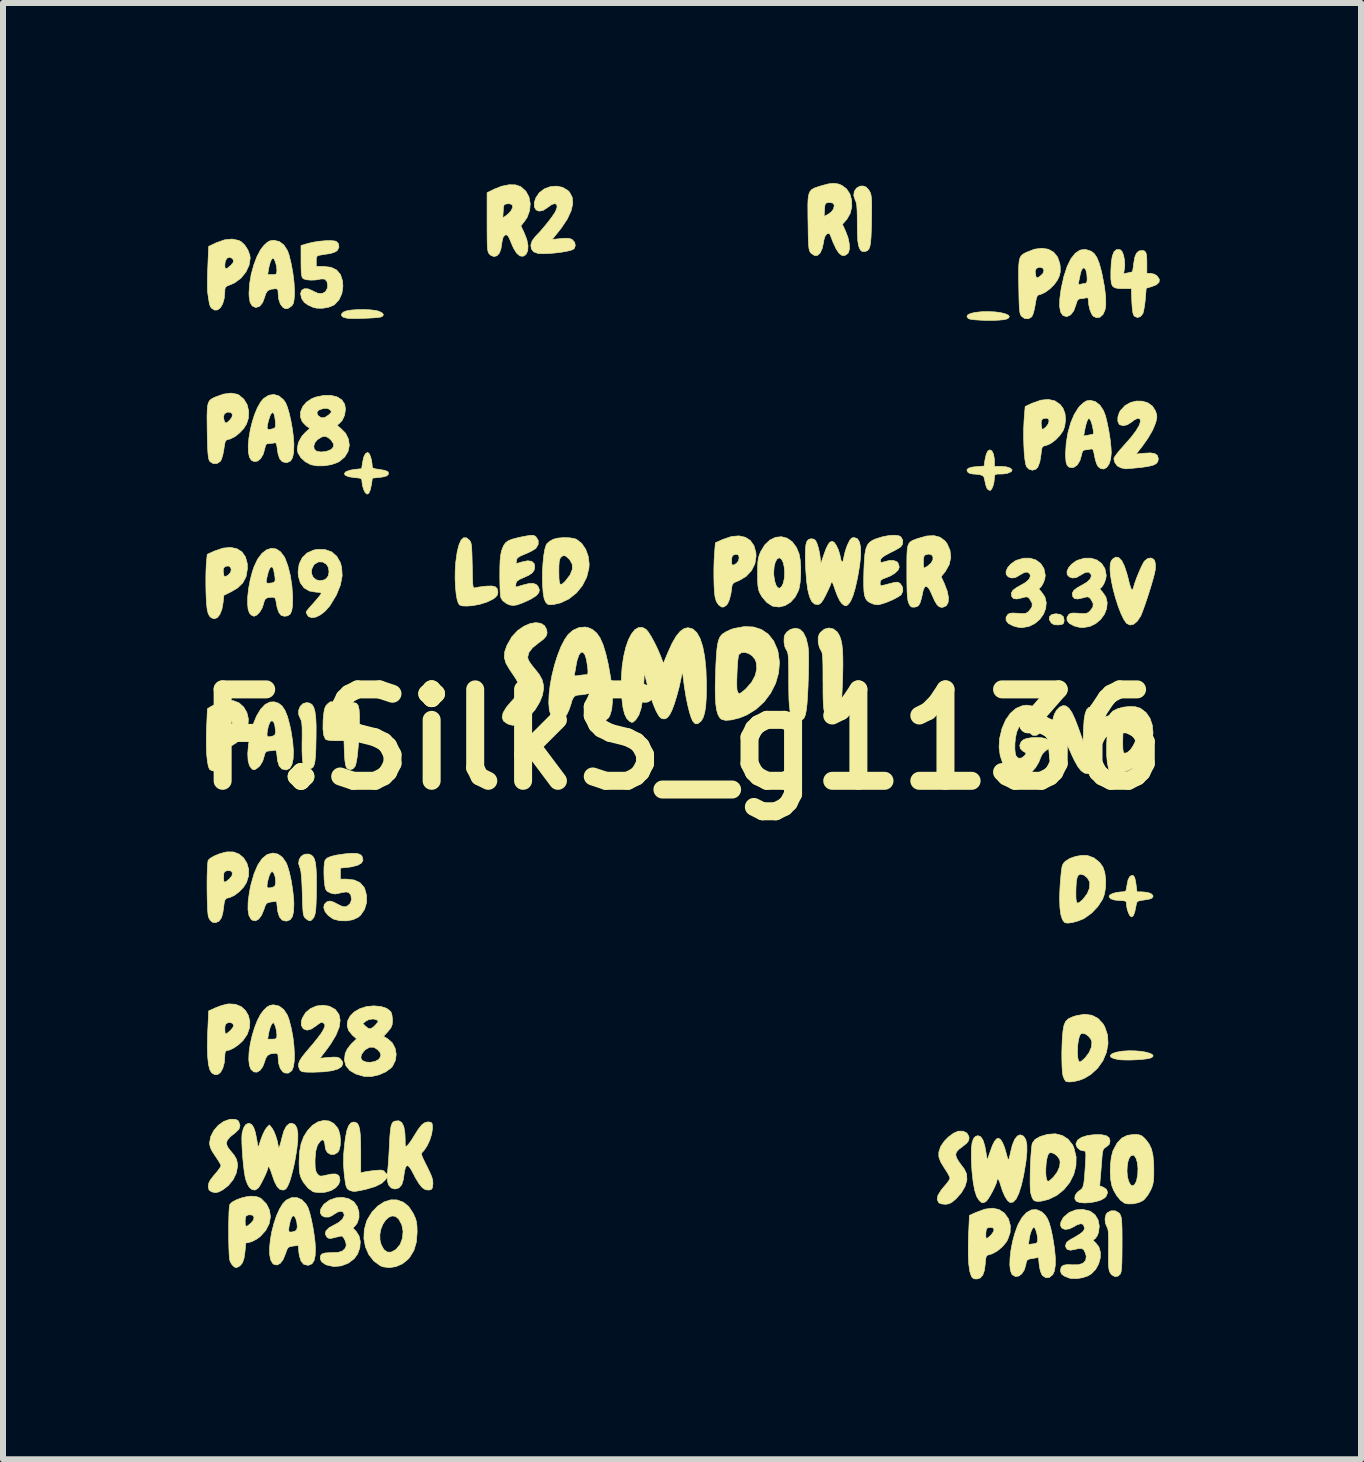
<source format=kicad_pcb>
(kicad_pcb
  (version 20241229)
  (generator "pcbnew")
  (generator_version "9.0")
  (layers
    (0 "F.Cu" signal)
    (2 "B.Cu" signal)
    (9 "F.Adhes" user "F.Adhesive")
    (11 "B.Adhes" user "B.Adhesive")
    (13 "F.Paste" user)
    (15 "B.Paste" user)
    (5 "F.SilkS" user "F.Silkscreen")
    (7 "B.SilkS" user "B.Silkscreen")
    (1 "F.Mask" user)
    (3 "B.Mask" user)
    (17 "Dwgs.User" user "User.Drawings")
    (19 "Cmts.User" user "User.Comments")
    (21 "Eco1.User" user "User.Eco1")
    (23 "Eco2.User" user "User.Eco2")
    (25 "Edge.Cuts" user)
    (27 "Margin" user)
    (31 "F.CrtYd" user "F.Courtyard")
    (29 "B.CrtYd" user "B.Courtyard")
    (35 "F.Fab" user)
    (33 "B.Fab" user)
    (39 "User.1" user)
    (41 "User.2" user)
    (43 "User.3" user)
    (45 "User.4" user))
  (footprint "F.SilkS_g1136"
    (layer "F.Cu")
    (at 8.317 9.274)
    (property "Reference" "F.SilkS_g1136" (at 0 0 0) (layer "F.SilkS") (effects (font (size 1.524 1.524) (thickness 0.3))))
    (attr through_hole)
    (fp_poly (pts (xy 6.311 -2.082) (xy 6.357 -2.044) (xy 6.368 -1.982) (xy 6.368 -1.978) (xy 6.359 -1.937) (xy 6.335 -1.918) (xy 6.283 -1.91) (xy 6.275 -1.909) (xy 6.205 -1.912) (xy 6.159 -1.937) (xy 6.153 -1.943) (xy 6.12 -2) (xy 6.126 -2.049) (xy 6.167 -2.084) (xy 6.234 -2.095) (xy 6.311 -2.082)) (stroke (width 0.01) (type solid)) (fill yes) (layer "F.SilkS"))
    (fp_poly (pts (xy 5.215 -7.126) (xy 5.312 -7.113) (xy 5.388 -7.094) (xy 5.437 -7.072) (xy 5.456 -7.047) (xy 5.439 -7.022) (xy 5.408 -7.006) (xy 5.357 -6.995) (xy 5.277 -6.988) (xy 5.179 -6.984) (xy 5.073 -6.984) (xy 4.97 -6.988) (xy 4.878 -6.994) (xy 4.808 -7.003) (xy 4.772 -7.015) (xy 4.748 -7.047) (xy 4.762 -7.076) (xy 4.81 -7.1) (xy 4.89 -7.118) (xy 4.996 -7.129) (xy 5.101 -7.131) (xy 5.215 -7.126)) (stroke (width 0.01) (type solid)) (fill yes) (layer "F.SilkS"))
    (fp_poly (pts (xy -5.193 -7.16) (xy -5.104 -7.149) (xy -5.054 -7.137) (xy -4.997 -7.108) (xy -4.976 -7.078) (xy -4.994 -7.052) (xy -5.022 -7.04) (xy -5.068 -7.033) (xy -5.146 -7.026) (xy -5.242 -7.021) (xy -5.345 -7.017) (xy -5.444 -7.015) (xy -5.526 -7.016) (xy -5.581 -7.02) (xy -5.581 -7.02) (xy -5.648 -7.038) (xy -5.678 -7.067) (xy -5.668 -7.101) (xy -5.64 -7.125) (xy -5.588 -7.144) (xy -5.507 -7.157) (xy -5.406 -7.164) (xy -5.298 -7.165) (xy -5.193 -7.16)) (stroke (width 0.01) (type solid)) (fill yes) (layer "F.SilkS"))
    (fp_poly (pts (xy 7.551 5.19) (xy 7.648 5.198) (xy 7.732 5.212) (xy 7.798 5.231) (xy 7.84 5.252) (xy 7.852 5.275) (xy 7.831 5.299) (xy 7.805 5.31) (xy 7.753 5.322) (xy 7.67 5.332) (xy 7.57 5.339) (xy 7.465 5.343) (xy 7.368 5.342) (xy 7.29 5.338) (xy 7.276 5.336) (xy 7.191 5.317) (xy 7.145 5.292) (xy 7.138 5.264) (xy 7.169 5.237) (xy 7.235 5.213) (xy 7.336 5.195) (xy 7.338 5.195) (xy 7.446 5.188) (xy 7.551 5.19)) (stroke (width 0.01) (type solid)) (fill yes) (layer "F.SilkS"))
    (fp_poly (pts (xy -6.206 -0.606) (xy -6.167 -0.581) (xy -6.137 -0.533) (xy -6.117 -0.46) (xy -6.104 -0.358) (xy -6.098 -0.222) (xy -6.099 -0.049) (xy -6.1 0.001) (xy -6.103 0.158) (xy -6.109 0.277) (xy -6.118 0.364) (xy -6.131 0.423) (xy -6.149 0.46) (xy -6.175 0.48) (xy -6.208 0.486) (xy -6.221 0.487) (xy -6.268 0.478) (xy -6.299 0.442) (xy -6.309 0.419) (xy -6.322 0.372) (xy -6.329 0.297) (xy -6.333 0.19) (xy -6.333 0.046) (xy -6.332 0.027) (xy -6.331 -0.104) (xy -6.332 -0.199) (xy -6.337 -0.265) (xy -6.344 -0.309) (xy -6.356 -0.338) (xy -6.36 -0.344) (xy -6.389 -0.414) (xy -6.389 -0.487) (xy -6.363 -0.552) (xy -6.316 -0.598) (xy -6.256 -0.614) (xy -6.206 -0.606)) (stroke (width 0.01) (type solid)) (fill yes) (layer "F.SilkS"))
    (fp_poly (pts (xy -6.181 1.926) (xy -6.15 1.952) (xy -6.126 1.995) (xy -6.109 2.06) (xy -6.099 2.152) (xy -6.093 2.276) (xy -6.093 2.435) (xy -6.093 2.476) (xy -6.095 2.628) (xy -6.099 2.744) (xy -6.104 2.829) (xy -6.112 2.891) (xy -6.123 2.934) (xy -6.137 2.966) (xy -6.155 2.99) (xy -6.187 3.02) (xy -6.217 3.021) (xy -6.259 2.994) (xy -6.268 2.986) (xy -6.286 2.97) (xy -6.299 2.951) (xy -6.309 2.921) (xy -6.316 2.876) (xy -6.321 2.808) (xy -6.325 2.71) (xy -6.329 2.577) (xy -6.329 2.568) (xy -6.335 2.407) (xy -6.343 2.281) (xy -6.353 2.194) (xy -6.365 2.147) (xy -6.366 2.145) (xy -6.39 2.07) (xy -6.381 2.002) (xy -6.347 1.947) (xy -6.293 1.914) (xy -6.227 1.909) (xy -6.181 1.926)) (stroke (width 0.01) (type solid)) (fill yes) (layer "F.SilkS"))
    (fp_poly (pts (xy 7.219 7.856) (xy 7.279 7.889) (xy 7.297 7.91) (xy 7.309 7.934) (xy 7.319 7.965) (xy 7.326 8.01) (xy 7.33 8.074) (xy 7.333 8.164) (xy 7.334 8.285) (xy 7.334 8.413) (xy 7.333 8.58) (xy 7.331 8.708) (xy 7.326 8.802) (xy 7.319 8.865) (xy 7.309 8.902) (xy 7.307 8.906) (xy 7.265 8.946) (xy 7.211 8.951) (xy 7.159 8.922) (xy 7.14 8.897) (xy 7.126 8.87) (xy 7.116 8.835) (xy 7.11 8.785) (xy 7.107 8.711) (xy 7.107 8.608) (xy 7.108 8.505) (xy 7.109 8.371) (xy 7.108 8.274) (xy 7.104 8.205) (xy 7.097 8.16) (xy 7.085 8.13) (xy 7.081 8.122) (xy 7.055 8.059) (xy 7.05 7.985) (xy 7.066 7.919) (xy 7.087 7.888) (xy 7.15 7.856) (xy 7.219 7.856)) (stroke (width 0.01) (type solid)) (fill yes) (layer "F.SilkS"))
    (fp_poly (pts (xy 3.067 -9.207) (xy 3.111 -9.16) (xy 3.121 -9.144) (xy 3.136 -9.116) (xy 3.147 -9.085) (xy 3.154 -9.045) (xy 3.159 -8.989) (xy 3.161 -8.912) (xy 3.16 -8.805) (xy 3.159 -8.663) (xy 3.159 -8.659) (xy 3.155 -8.496) (xy 3.15 -8.371) (xy 3.142 -8.279) (xy 3.13 -8.214) (xy 3.113 -8.171) (xy 3.089 -8.147) (xy 3.059 -8.134) (xy 3.042 -8.132) (xy 3 -8.134) (xy 2.973 -8.158) (xy 2.952 -8.2) (xy 2.939 -8.247) (xy 2.929 -8.316) (xy 2.924 -8.413) (xy 2.921 -8.544) (xy 2.921 -8.602) (xy 2.92 -8.734) (xy 2.917 -8.831) (xy 2.912 -8.901) (xy 2.903 -8.949) (xy 2.89 -8.983) (xy 2.886 -8.99) (xy 2.862 -9.064) (xy 2.871 -9.134) (xy 2.908 -9.189) (xy 2.965 -9.221) (xy 3.013 -9.225) (xy 3.067 -9.207)) (stroke (width 0.01) (type solid)) (fill yes) (layer "F.SilkS"))
    (fp_poly (pts (xy -5.215 -4.765) (xy -5.192 -4.716) (xy -5.174 -4.65) (xy -5.165 -4.58) (xy -5.165 -4.569) (xy -5.162 -4.538) (xy -5.146 -4.52) (xy -5.107 -4.509) (xy -5.037 -4.5) (xy -5.037 -4.499) (xy -4.95 -4.484) (xy -4.903 -4.463) (xy -4.896 -4.453) (xy -4.895 -4.417) (xy -4.925 -4.391) (xy -4.991 -4.374) (xy -5.043 -4.367) (xy -5.161 -4.355) (xy -5.175 -4.257) (xy -5.195 -4.161) (xy -5.22 -4.105) (xy -5.248 -4.088) (xy -5.279 -4.112) (xy -5.303 -4.159) (xy -5.324 -4.226) (xy -5.334 -4.29) (xy -5.334 -4.294) (xy -5.336 -4.328) (xy -5.349 -4.347) (xy -5.383 -4.357) (xy -5.448 -4.363) (xy -5.461 -4.364) (xy -5.557 -4.379) (xy -5.613 -4.403) (xy -5.628 -4.432) (xy -5.604 -4.461) (xy -5.54 -4.486) (xy -5.462 -4.5) (xy -5.339 -4.513) (xy -5.326 -4.607) (xy -5.306 -4.703) (xy -5.276 -4.763) (xy -5.24 -4.784) (xy -5.239 -4.784) (xy -5.215 -4.765)) (stroke (width 0.01) (type solid)) (fill yes) (layer "F.SilkS"))
    (fp_poly (pts (xy 1.962 -1.837) (xy 2.021 -1.781) (xy 2.067 -1.69) (xy 2.098 -1.564) (xy 2.106 -1.497) (xy 2.109 -1.428) (xy 2.11 -1.326) (xy 2.109 -1.201) (xy 2.106 -1.061) (xy 2.101 -0.917) (xy 2.101 -0.9) (xy 2.092 -0.725) (xy 2.083 -0.589) (xy 2.071 -0.486) (xy 2.056 -0.412) (xy 2.037 -0.363) (xy 2.012 -0.334) (xy 1.979 -0.32) (xy 1.95 -0.318) (xy 1.893 -0.331) (xy 1.855 -0.357) (xy 1.831 -0.39) (xy 1.812 -0.432) (xy 1.798 -0.489) (xy 1.788 -0.567) (xy 1.782 -0.67) (xy 1.779 -0.804) (xy 1.778 -0.975) (xy 1.778 -0.993) (xy 1.778 -1.147) (xy 1.776 -1.264) (xy 1.773 -1.35) (xy 1.768 -1.409) (xy 1.761 -1.449) (xy 1.752 -1.473) (xy 1.744 -1.484) (xy 1.715 -1.541) (xy 1.7 -1.62) (xy 1.702 -1.7) (xy 1.712 -1.741) (xy 1.748 -1.791) (xy 1.804 -1.832) (xy 1.807 -1.834) (xy 1.89 -1.855) (xy 1.962 -1.837)) (stroke (width 0.01) (type solid)) (fill yes) (layer "F.SilkS"))
    (fp_poly (pts (xy 2.522 -1.842) (xy 2.587 -1.791) (xy 2.624 -1.73) (xy 2.647 -1.667) (xy 2.664 -1.589) (xy 2.675 -1.492) (xy 2.68 -1.37) (xy 2.681 -1.22) (xy 2.677 -1.036) (xy 2.672 -0.9) (xy 2.664 -0.725) (xy 2.654 -0.589) (xy 2.643 -0.486) (xy 2.628 -0.412) (xy 2.608 -0.362) (xy 2.583 -0.333) (xy 2.551 -0.32) (xy 2.524 -0.318) (xy 2.471 -0.324) (xy 2.44 -0.334) (xy 2.416 -0.363) (xy 2.388 -0.415) (xy 2.382 -0.429) (xy 2.371 -0.464) (xy 2.362 -0.513) (xy 2.356 -0.58) (xy 2.352 -0.673) (xy 2.35 -0.795) (xy 2.35 -0.954) (xy 2.349 -0.977) (xy 2.349 -1.133) (xy 2.348 -1.252) (xy 2.345 -1.339) (xy 2.341 -1.401) (xy 2.334 -1.443) (xy 2.325 -1.469) (xy 2.315 -1.485) (xy 2.292 -1.529) (xy 2.274 -1.595) (xy 2.27 -1.624) (xy 2.269 -1.698) (xy 2.284 -1.749) (xy 2.305 -1.782) (xy 2.372 -1.838) (xy 2.448 -1.858) (xy 2.522 -1.842)) (stroke (width 0.01) (type solid)) (fill yes) (layer "F.SilkS"))
    (fp_poly (pts (xy 5.166 -4.806) (xy 5.191 -4.754) (xy 5.205 -4.677) (xy 5.207 -4.634) (xy 5.207 -4.551) (xy 5.319 -4.551) (xy 5.402 -4.544) (xy 5.462 -4.526) (xy 5.473 -4.519) (xy 5.501 -4.494) (xy 5.496 -4.475) (xy 5.473 -4.456) (xy 5.422 -4.435) (xy 5.345 -4.424) (xy 5.319 -4.424) (xy 5.254 -4.423) (xy 5.221 -4.415) (xy 5.209 -4.395) (xy 5.207 -4.366) (xy 5.2 -4.295) (xy 5.184 -4.227) (xy 5.161 -4.174) (xy 5.136 -4.149) (xy 5.133 -4.149) (xy 5.099 -4.165) (xy 5.081 -4.188) (xy 5.064 -4.235) (xy 5.049 -4.299) (xy 5.047 -4.313) (xy 5.033 -4.37) (xy 5.009 -4.398) (xy 4.969 -4.411) (xy 4.901 -4.421) (xy 4.847 -4.424) (xy 4.794 -4.435) (xy 4.762 -4.456) (xy 4.747 -4.493) (xy 4.772 -4.52) (xy 4.837 -4.539) (xy 4.908 -4.547) (xy 5.034 -4.556) (xy 5.048 -4.654) (xy 5.069 -4.749) (xy 5.095 -4.806) (xy 5.13 -4.826) (xy 5.134 -4.826) (xy 5.166 -4.806)) (stroke (width 0.01) (type solid)) (fill yes) (layer "F.SilkS"))
    (fp_poly (pts (xy -7.419 -3.179) (xy -7.335 -3.126) (xy -7.276 -3.042) (xy -7.246 -2.932) (xy -7.244 -2.842) (xy -7.266 -2.714) (xy -7.32 -2.61) (xy -7.408 -2.525) (xy -7.507 -2.466) (xy -7.636 -2.402) (xy -7.649 -2.28) (xy -7.669 -2.169) (xy -7.703 -2.084) (xy -7.746 -2.03) (xy -7.796 -2.011) (xy -7.844 -2.027) (xy -7.874 -2.055) (xy -7.897 -2.098) (xy -7.913 -2.162) (xy -7.924 -2.253) (xy -7.931 -2.377) (xy -7.934 -2.462) (xy -7.936 -2.589) (xy -7.936 -2.716) (xy -7.934 -2.808) (xy -7.647 -2.808) (xy -7.645 -2.785) (xy -7.636 -2.73) (xy -7.618 -2.713) (xy -7.582 -2.728) (xy -7.561 -2.742) (xy -7.523 -2.785) (xy -7.513 -2.832) (xy -7.526 -2.871) (xy -7.56 -2.892) (xy -7.608 -2.885) (xy -7.614 -2.882) (xy -7.642 -2.855) (xy -7.647 -2.808) (xy -7.934 -2.808) (xy -7.933 -2.829) (xy -7.929 -2.916) (xy -7.928 -2.931) (xy -7.913 -3.086) (xy -7.788 -3.142) (xy -7.649 -3.189) (xy -7.524 -3.201) (xy -7.419 -3.179)) (stroke (width 0.01) (type solid)) (fill yes) (layer "F.SilkS"))
    (fp_poly (pts (xy -3.594 -3.361) (xy -3.544 -3.322) (xy -3.529 -3.302) (xy -3.518 -3.275) (xy -3.51 -3.235) (xy -3.505 -3.175) (xy -3.501 -3.089) (xy -3.498 -2.97) (xy -3.496 -2.896) (xy -3.494 -2.76) (xy -3.491 -2.662) (xy -3.488 -2.595) (xy -3.483 -2.553) (xy -3.475 -2.531) (xy -3.465 -2.525) (xy -3.45 -2.527) (xy -3.444 -2.528) (xy -3.398 -2.538) (xy -3.327 -2.548) (xy -3.265 -2.555) (xy -3.171 -2.558) (xy -3.111 -2.544) (xy -3.079 -2.511) (xy -3.069 -2.455) (xy -3.069 -2.453) (xy -3.079 -2.405) (xy -3.116 -2.364) (xy -3.149 -2.34) (xy -3.246 -2.292) (xy -3.368 -2.253) (xy -3.498 -2.229) (xy -3.591 -2.223) (xy -3.661 -2.226) (xy -3.702 -2.238) (xy -3.725 -2.264) (xy -3.726 -2.266) (xy -3.748 -2.331) (xy -3.765 -2.428) (xy -3.776 -2.549) (xy -3.782 -2.684) (xy -3.78 -2.823) (xy -3.771 -2.957) (xy -3.77 -2.962) (xy -3.748 -3.121) (xy -3.719 -3.24) (xy -3.683 -3.321) (xy -3.642 -3.361) (xy -3.594 -3.361)) (stroke (width 0.01) (type solid)) (fill yes) (layer "F.SilkS"))
    (fp_poly (pts (xy 7.527 2.274) (xy 7.545 2.305) (xy 7.559 2.366) (xy 7.569 2.434) (xy 7.583 2.54) (xy 7.664 2.54) (xy 7.751 2.548) (xy 7.814 2.568) (xy 7.847 2.599) (xy 7.849 2.619) (xy 7.833 2.643) (xy 7.792 2.66) (xy 7.716 2.673) (xy 7.71 2.674) (xy 7.639 2.685) (xy 7.598 2.697) (xy 7.579 2.717) (xy 7.57 2.753) (xy 7.567 2.769) (xy 7.546 2.872) (xy 7.522 2.936) (xy 7.495 2.958) (xy 7.466 2.94) (xy 7.44 2.892) (xy 7.418 2.823) (xy 7.408 2.757) (xy 7.408 2.752) (xy 7.405 2.712) (xy 7.388 2.693) (xy 7.345 2.687) (xy 7.318 2.686) (xy 7.212 2.677) (xy 7.144 2.655) (xy 7.116 2.62) (xy 7.116 2.62) (xy 7.13 2.592) (xy 7.177 2.567) (xy 7.245 2.549) (xy 7.326 2.54) (xy 7.337 2.54) (xy 7.376 2.537) (xy 7.397 2.522) (xy 7.408 2.484) (xy 7.415 2.432) (xy 7.435 2.336) (xy 7.466 2.281) (xy 7.504 2.265) (xy 7.527 2.274)) (stroke (width 0.01) (type solid)) (fill yes) (layer "F.SilkS"))
    (fp_poly (pts (xy -7.436 6.334) (xy -7.399 6.354) (xy -7.388 6.37) (xy -7.367 6.436) (xy -7.384 6.494) (xy -7.44 6.55) (xy -7.445 6.554) (xy -7.531 6.623) (xy -7.58 6.681) (xy -7.594 6.734) (xy -7.575 6.79) (xy -7.528 6.853) (xy -7.464 6.93) (xy -7.427 6.995) (xy -7.411 7.06) (xy -7.408 7.112) (xy -7.428 7.224) (xy -7.481 7.336) (xy -7.562 7.435) (xy -7.654 7.506) (xy -7.721 7.541) (xy -7.771 7.553) (xy -7.822 7.544) (xy -7.848 7.535) (xy -7.883 7.508) (xy -7.895 7.459) (xy -7.895 7.444) (xy -7.888 7.396) (xy -7.862 7.343) (xy -7.811 7.277) (xy -7.789 7.252) (xy -7.738 7.19) (xy -7.701 7.139) (xy -7.684 7.107) (xy -7.684 7.104) (xy -7.695 7.075) (xy -7.726 7.023) (xy -7.769 6.957) (xy -7.779 6.943) (xy -7.832 6.862) (xy -7.861 6.801) (xy -7.873 6.746) (xy -7.874 6.722) (xy -7.855 6.618) (xy -7.804 6.519) (xy -7.731 6.433) (xy -7.641 6.368) (xy -7.545 6.333) (xy -7.503 6.329) (xy -7.436 6.334)) (stroke (width 0.01) (type solid)) (fill yes) (layer "F.SilkS"))
    (fp_poly (pts (xy -7.476 -0.646) (xy -7.381 -0.608) (xy -7.305 -0.539) (xy -7.252 -0.447) (xy -7.227 -0.341) (xy -7.235 -0.229) (xy -7.237 -0.217) (xy -7.279 -0.119) (xy -7.343 -0.027) (xy -7.421 0.05) (xy -7.506 0.104) (xy -7.588 0.127) (xy -7.595 0.127) (xy -7.617 0.132) (xy -7.631 0.155) (xy -7.64 0.203) (xy -7.646 0.274) (xy -7.662 0.393) (xy -7.691 0.473) (xy -7.735 0.517) (xy -7.787 0.529) (xy -7.841 0.519) (xy -7.874 0.498) (xy -7.894 0.45) (xy -7.91 0.367) (xy -7.922 0.252) (xy -7.928 0.112) (xy -7.928 -0.047) (xy -7.924 -0.187) (xy -7.922 -0.232) (xy -7.641 -0.232) (xy -7.635 -0.173) (xy -7.616 -0.152) (xy -7.58 -0.169) (xy -7.545 -0.2) (xy -7.506 -0.244) (xy -7.495 -0.276) (xy -7.51 -0.311) (xy -7.512 -0.315) (xy -7.549 -0.335) (xy -7.586 -0.331) (xy -7.622 -0.316) (xy -7.638 -0.286) (xy -7.641 -0.232) (xy -7.922 -0.232) (xy -7.91 -0.512) (xy -7.844 -0.553) (xy -7.754 -0.598) (xy -7.651 -0.63) (xy -7.552 -0.648) (xy -7.476 -0.646)) (stroke (width 0.01) (type solid)) (fill yes) (layer "F.SilkS"))
    (fp_poly (pts (xy -7.442 4.414) (xy -7.347 4.453) (xy -7.275 4.519) (xy -7.226 4.604) (xy -7.203 4.704) (xy -7.21 4.81) (xy -7.248 4.918) (xy -7.318 5.019) (xy -7.386 5.083) (xy -7.462 5.137) (xy -7.535 5.174) (xy -7.587 5.186) (xy -7.609 5.198) (xy -7.619 5.24) (xy -7.62 5.276) (xy -7.629 5.388) (xy -7.654 5.48) (xy -7.691 5.547) (xy -7.738 5.584) (xy -7.789 5.587) (xy -7.841 5.555) (xy -7.871 5.502) (xy -7.893 5.413) (xy -7.906 5.286) (xy -7.911 5.121) (xy -7.907 4.916) (xy -7.904 4.844) (xy -7.903 4.825) (xy -7.62 4.825) (xy -7.617 4.879) (xy -7.609 4.908) (xy -7.605 4.911) (xy -7.582 4.897) (xy -7.542 4.864) (xy -7.531 4.854) (xy -7.493 4.811) (xy -7.473 4.777) (xy -7.472 4.772) (xy -7.489 4.733) (xy -7.532 4.716) (xy -7.572 4.722) (xy -7.604 4.743) (xy -7.618 4.782) (xy -7.62 4.825) (xy -7.903 4.825) (xy -7.889 4.524) (xy -7.771 4.471) (xy -7.688 4.439) (xy -7.601 4.415) (xy -7.555 4.407) (xy -7.442 4.414)) (stroke (width 0.01) (type solid)) (fill yes) (layer "F.SilkS"))
    (fp_poly (pts (xy -7.39 -8.317) (xy -7.349 -8.297) (xy -7.289 -8.241) (xy -7.237 -8.161) (xy -7.204 -8.074) (xy -7.197 -8.022) (xy -7.216 -7.903) (xy -7.27 -7.788) (xy -7.352 -7.688) (xy -7.455 -7.611) (xy -7.517 -7.583) (xy -7.577 -7.56) (xy -7.608 -7.538) (xy -7.619 -7.504) (xy -7.62 -7.462) (xy -7.63 -7.352) (xy -7.655 -7.262) (xy -7.693 -7.196) (xy -7.739 -7.159) (xy -7.79 -7.156) (xy -7.84 -7.187) (xy -7.856 -7.207) (xy -7.869 -7.235) (xy -7.88 -7.279) (xy -7.891 -7.348) (xy -7.906 -7.45) (xy -7.909 -7.504) (xy -7.91 -7.591) (xy -7.909 -7.699) (xy -7.906 -7.82) (xy -7.903 -7.881) (xy -7.902 -7.914) (xy -7.62 -7.914) (xy -7.617 -7.863) (xy -7.603 -7.844) (xy -7.573 -7.857) (xy -7.52 -7.902) (xy -7.519 -7.902) (xy -7.479 -7.951) (xy -7.478 -7.993) (xy -7.502 -8.021) (xy -7.546 -8.038) (xy -7.586 -8.019) (xy -7.612 -7.971) (xy -7.62 -7.914) (xy -7.902 -7.914) (xy -7.889 -8.218) (xy -7.76 -8.279) (xy -7.624 -8.327) (xy -7.499 -8.34) (xy -7.39 -8.317)) (stroke (width 0.01) (type solid)) (fill yes) (layer "F.SilkS"))
    (fp_poly (pts (xy 1.054 -3.37) (xy 1.138 -3.316) (xy 1.198 -3.231) (xy 1.23 -3.118) (xy 1.234 -3.054) (xy 1.214 -2.927) (xy 1.157 -2.813) (xy 1.068 -2.718) (xy 0.952 -2.649) (xy 0.92 -2.636) (xy 0.864 -2.612) (xy 0.838 -2.581) (xy 0.831 -2.547) (xy 0.815 -2.43) (xy 0.79 -2.332) (xy 0.76 -2.262) (xy 0.735 -2.233) (xy 0.692 -2.207) (xy 0.66 -2.207) (xy 0.62 -2.234) (xy 0.613 -2.24) (xy 0.572 -2.298) (xy 0.549 -2.383) (xy 0.54 -2.465) (xy 0.534 -2.578) (xy 0.531 -2.711) (xy 0.531 -2.85) (xy 0.535 -2.983) (xy 0.826 -2.983) (xy 0.829 -2.924) (xy 0.845 -2.903) (xy 0.88 -2.916) (xy 0.905 -2.933) (xy 0.939 -2.973) (xy 0.952 -3.023) (xy 0.944 -3.067) (xy 0.931 -3.08) (xy 0.895 -3.085) (xy 0.868 -3.08) (xy 0.839 -3.06) (xy 0.827 -3.017) (xy 0.826 -2.983) (xy 0.535 -2.983) (xy 0.535 -2.986) (xy 0.542 -3.107) (xy 0.543 -3.117) (xy 0.556 -3.278) (xy 0.684 -3.335) (xy 0.823 -3.382) (xy 0.947 -3.393) (xy 1.054 -3.37)) (stroke (width 0.01) (type solid)) (fill yes) (layer "F.SilkS"))
    (fp_poly (pts (xy 4.685 6.529) (xy 4.746 6.559) (xy 4.779 6.613) (xy 4.784 6.645) (xy 4.776 6.686) (xy 4.748 6.725) (xy 4.692 6.772) (xy 4.68 6.781) (xy 4.615 6.83) (xy 4.575 6.874) (xy 4.561 6.917) (xy 4.573 6.969) (xy 4.612 7.036) (xy 4.678 7.126) (xy 4.704 7.159) (xy 4.743 7.242) (xy 4.748 7.34) (xy 4.719 7.445) (xy 4.658 7.552) (xy 4.567 7.655) (xy 4.564 7.658) (xy 4.501 7.711) (xy 4.45 7.738) (xy 4.397 7.747) (xy 4.386 7.747) (xy 4.327 7.741) (xy 4.284 7.725) (xy 4.28 7.722) (xy 4.253 7.668) (xy 4.265 7.598) (xy 4.317 7.514) (xy 4.36 7.461) (xy 4.412 7.4) (xy 4.45 7.348) (xy 4.466 7.314) (xy 4.466 7.312) (xy 4.455 7.28) (xy 4.425 7.224) (xy 4.382 7.156) (xy 4.371 7.14) (xy 4.31 7.04) (xy 4.28 6.956) (xy 4.28 6.878) (xy 4.307 6.795) (xy 4.317 6.775) (xy 4.37 6.697) (xy 4.443 6.623) (xy 4.523 6.564) (xy 4.598 6.53) (xy 4.607 6.528) (xy 4.685 6.529)) (stroke (width 0.01) (type solid)) (fill yes) (layer "F.SilkS"))
    (fp_poly (pts (xy 5.281 7.834) (xy 5.37 7.892) (xy 5.375 7.897) (xy 5.441 7.991) (xy 5.472 8.102) (xy 5.468 8.22) (xy 5.427 8.336) (xy 5.405 8.375) (xy 5.339 8.454) (xy 5.256 8.524) (xy 5.17 8.572) (xy 5.126 8.585) (xy 5.092 8.595) (xy 5.072 8.613) (xy 5.062 8.651) (xy 5.055 8.719) (xy 5.055 8.728) (xy 5.04 8.847) (xy 5.012 8.928) (xy 4.969 8.975) (xy 4.917 8.992) (xy 4.865 8.989) (xy 4.832 8.962) (xy 4.82 8.939) (xy 4.795 8.863) (xy 4.779 8.747) (xy 4.771 8.595) (xy 4.771 8.407) (xy 4.775 8.283) (xy 5.063 8.283) (xy 5.07 8.315) (xy 5.075 8.319) (xy 5.1 8.304) (xy 5.14 8.27) (xy 5.153 8.256) (xy 5.193 8.201) (xy 5.199 8.158) (xy 5.172 8.134) (xy 5.128 8.132) (xy 5.09 8.141) (xy 5.072 8.165) (xy 5.064 8.217) (xy 5.063 8.229) (xy 5.063 8.283) (xy 4.775 8.283) (xy 4.776 8.25) (xy 4.79 7.932) (xy 4.903 7.881) (xy 5.048 7.828) (xy 5.174 7.812) (xy 5.281 7.834)) (stroke (width 0.01) (type solid)) (fill yes) (layer "F.SilkS"))
    (fp_poly (pts (xy 7.28 -3.03) (xy 7.329 -2.979) (xy 7.374 -2.887) (xy 7.417 -2.754) (xy 7.43 -2.705) (xy 7.457 -2.597) (xy 7.478 -2.528) (xy 7.495 -2.494) (xy 7.509 -2.494) (xy 7.521 -2.523) (xy 7.524 -2.533) (xy 7.546 -2.608) (xy 7.579 -2.699) (xy 7.618 -2.793) (xy 7.656 -2.88) (xy 7.69 -2.946) (xy 7.707 -2.972) (xy 7.759 -3.015) (xy 7.814 -3.025) (xy 7.861 -3.002) (xy 7.876 -2.981) (xy 7.89 -2.925) (xy 7.889 -2.845) (xy 7.887 -2.828) (xy 7.876 -2.772) (xy 7.854 -2.686) (xy 7.823 -2.579) (xy 7.787 -2.461) (xy 7.748 -2.341) (xy 7.71 -2.229) (xy 7.676 -2.135) (xy 7.649 -2.067) (xy 7.641 -2.052) (xy 7.586 -1.969) (xy 7.526 -1.92) (xy 7.467 -1.907) (xy 7.412 -1.933) (xy 7.402 -1.943) (xy 7.359 -2.008) (xy 7.313 -2.105) (xy 7.267 -2.226) (xy 7.224 -2.361) (xy 7.186 -2.501) (xy 7.157 -2.637) (xy 7.138 -2.76) (xy 7.133 -2.843) (xy 7.137 -2.923) (xy 7.153 -2.975) (xy 7.177 -3.007) (xy 7.23 -3.04) (xy 7.28 -3.03)) (stroke (width 0.01) (type solid)) (fill yes) (layer "F.SilkS"))
    (fp_poly (pts (xy -4.751 7.674) (xy -4.644 7.713) (xy -4.556 7.785) (xy -4.483 7.894) (xy -4.478 7.904) (xy -4.446 7.974) (xy -4.427 8.035) (xy -4.418 8.104) (xy -4.415 8.197) (xy -4.415 8.211) (xy -4.428 8.377) (xy -4.468 8.514) (xy -4.538 8.63) (xy -4.568 8.665) (xy -4.66 8.739) (xy -4.768 8.786) (xy -4.88 8.803) (xy -4.986 8.789) (xy -5.027 8.772) (xy -5.136 8.693) (xy -5.22 8.586) (xy -5.276 8.459) (xy -5.302 8.319) (xy -5.299 8.25) (xy -5.036 8.25) (xy -5.034 8.343) (xy -5.015 8.418) (xy -4.97 8.501) (xy -4.914 8.543) (xy -4.849 8.545) (xy -4.775 8.505) (xy -4.764 8.497) (xy -4.697 8.415) (xy -4.659 8.312) (xy -4.649 8.199) (xy -4.67 8.089) (xy -4.722 7.993) (xy -4.775 7.949) (xy -4.832 7.941) (xy -4.889 7.964) (xy -4.941 8.012) (xy -4.986 8.079) (xy -5.019 8.16) (xy -5.036 8.25) (xy -5.299 8.25) (xy -5.296 8.173) (xy -5.257 8.03) (xy -5.242 7.998) (xy -5.166 7.875) (xy -5.072 7.777) (xy -4.966 7.708) (xy -4.855 7.673) (xy -4.751 7.674)) (stroke (width 0.01) (type solid)) (fill yes) (layer "F.SilkS"))
    (fp_poly (pts (xy -2.353 -1.935) (xy -2.291 -1.895) (xy -2.256 -1.83) (xy -2.249 -1.772) (xy -2.265 -1.722) (xy -2.308 -1.672) (xy -2.385 -1.614) (xy -2.395 -1.606) (xy -2.493 -1.527) (xy -2.553 -1.448) (xy -2.572 -1.373) (xy -2.563 -1.329) (xy -2.539 -1.287) (xy -2.497 -1.229) (xy -2.461 -1.185) (xy -2.382 -1.086) (xy -2.333 -0.998) (xy -2.311 -0.911) (xy -2.307 -0.853) (xy -2.325 -0.74) (xy -2.374 -0.619) (xy -2.447 -0.499) (xy -2.537 -0.392) (xy -2.636 -0.308) (xy -2.699 -0.273) (xy -2.77 -0.244) (xy -2.824 -0.236) (xy -2.879 -0.249) (xy -2.913 -0.263) (xy -2.975 -0.307) (xy -2.998 -0.367) (xy -2.982 -0.444) (xy -2.927 -0.537) (xy -2.845 -0.633) (xy -2.777 -0.707) (xy -2.731 -0.766) (xy -2.706 -0.817) (xy -2.704 -0.87) (xy -2.724 -0.93) (xy -2.767 -1.007) (xy -2.833 -1.107) (xy -2.873 -1.165) (xy -2.935 -1.271) (xy -2.962 -1.366) (xy -2.955 -1.462) (xy -2.917 -1.57) (xy -2.913 -1.577) (xy -2.836 -1.711) (xy -2.739 -1.815) (xy -2.638 -1.885) (xy -2.533 -1.931) (xy -2.436 -1.947) (xy -2.353 -1.935)) (stroke (width 0.01) (type solid)) (fill yes) (layer "F.SilkS"))
    (fp_poly (pts (xy 6.214 -5.643) (xy 6.302 -5.582) (xy 6.35 -5.519) (xy 6.383 -5.431) (xy 6.392 -5.324) (xy 6.377 -5.216) (xy 6.351 -5.145) (xy 6.299 -5.069) (xy 6.228 -4.995) (xy 6.149 -4.936) (xy 6.076 -4.902) (xy 6.064 -4.899) (xy 6.027 -4.89) (xy 6.005 -4.873) (xy 5.994 -4.838) (xy 5.986 -4.775) (xy 5.983 -4.75) (xy 5.963 -4.626) (xy 5.931 -4.541) (xy 5.897 -4.504) (xy 5.839 -4.487) (xy 5.78 -4.506) (xy 5.743 -4.543) (xy 5.727 -4.589) (xy 5.714 -4.669) (xy 5.703 -4.776) (xy 5.697 -4.902) (xy 5.693 -5.038) (xy 5.694 -5.177) (xy 5.698 -5.265) (xy 5.985 -5.265) (xy 5.987 -5.249) (xy 5.994 -5.196) (xy 6.004 -5.167) (xy 6.007 -5.165) (xy 6.029 -5.178) (xy 6.067 -5.209) (xy 6.068 -5.211) (xy 6.104 -5.259) (xy 6.117 -5.307) (xy 6.107 -5.343) (xy 6.077 -5.355) (xy 6.018 -5.348) (xy 5.99 -5.321) (xy 5.985 -5.265) (xy 5.698 -5.265) (xy 5.7 -5.31) (xy 5.704 -5.366) (xy 5.719 -5.55) (xy 5.839 -5.605) (xy 5.981 -5.655) (xy 6.106 -5.667) (xy 6.214 -5.643)) (stroke (width 0.01) (type solid)) (fill yes) (layer "F.SilkS"))
    (fp_poly (pts (xy -5.797 -0.596) (xy -5.787 -0.581) (xy -5.764 -0.524) (xy -5.753 -0.437) (xy -5.752 -0.38) (xy -5.753 -0.233) (xy -5.613 -0.233) (xy -5.598 -0.376) (xy -5.58 -0.489) (xy -5.552 -0.564) (xy -5.512 -0.605) (xy -5.472 -0.614) (xy -5.427 -0.603) (xy -5.398 -0.566) (xy -5.382 -0.498) (xy -5.376 -0.395) (xy -5.376 -0.385) (xy -5.376 -0.238) (xy -5.292 -0.225) (xy -5.218 -0.199) (xy -5.177 -0.156) (xy -5.169 -0.106) (xy -5.194 -0.057) (xy -5.252 -0.019) (xy -5.296 -0.006) (xy -5.387 0.012) (xy -5.404 0.201) (xy -5.414 0.293) (xy -5.428 0.374) (xy -5.442 0.432) (xy -5.446 0.444) (xy -5.485 0.49) (xy -5.535 0.503) (xy -5.583 0.482) (xy -5.59 0.474) (xy -5.608 0.428) (xy -5.62 0.341) (xy -5.627 0.23) (xy -5.634 0.021) (xy -5.778 0.021) (xy -5.866 0.017) (xy -5.925 0.006) (xy -5.943 -0.005) (xy -5.971 -0.069) (xy -5.984 -0.172) (xy -5.982 -0.314) (xy -5.979 -0.354) (xy -5.969 -0.449) (xy -5.957 -0.512) (xy -5.939 -0.555) (xy -5.914 -0.586) (xy -5.867 -0.625) (xy -5.831 -0.629) (xy -5.797 -0.596)) (stroke (width 0.01) (type solid)) (fill yes) (layer "F.SilkS"))
    (fp_poly (pts (xy -1.992 -9.202) (xy -1.905 -9.151) (xy -1.875 -9.121) (xy -1.83 -9.035) (xy -1.821 -8.931) (xy -1.849 -8.81) (xy -1.912 -8.674) (xy -2.011 -8.525) (xy -2.055 -8.469) (xy -2.164 -8.333) (xy -2.021 -8.348) (xy -1.935 -8.354) (xy -1.877 -8.35) (xy -1.836 -8.334) (xy -1.828 -8.329) (xy -1.789 -8.284) (xy -1.779 -8.229) (xy -1.799 -8.18) (xy -1.807 -8.173) (xy -1.848 -8.154) (xy -1.922 -8.136) (xy -2.017 -8.12) (xy -2.123 -8.107) (xy -2.229 -8.099) (xy -2.325 -8.096) (xy -2.401 -8.1) (xy -2.402 -8.101) (xy -2.472 -8.127) (xy -2.511 -8.176) (xy -2.52 -8.241) (xy -2.497 -8.313) (xy -2.443 -8.383) (xy -2.377 -8.452) (xy -2.303 -8.537) (xy -2.23 -8.627) (xy -2.166 -8.711) (xy -2.119 -8.781) (xy -2.107 -8.802) (xy -2.082 -8.872) (xy -2.088 -8.915) (xy -2.119 -8.931) (xy -2.172 -8.915) (xy -2.236 -8.869) (xy -2.314 -8.818) (xy -2.381 -8.805) (xy -2.432 -8.825) (xy -2.461 -8.875) (xy -2.462 -8.948) (xy -2.438 -9.024) (xy -2.379 -9.112) (xy -2.295 -9.176) (xy -2.196 -9.213) (xy -2.092 -9.222) (xy -1.992 -9.202)) (stroke (width 0.01) (type solid)) (fill yes) (layer "F.SilkS"))
    (fp_poly (pts (xy 7.066 6.602) (xy 7.116 6.636) (xy 7.133 6.688) (xy 7.133 6.692) (xy 7.121 6.747) (xy 7.076 6.787) (xy 7.071 6.79) (xy 7.04 6.81) (xy 7.021 6.835) (xy 7.009 6.876) (xy 7.001 6.942) (xy 6.997 6.995) (xy 6.989 7.1) (xy 6.98 7.211) (xy 6.972 7.303) (xy 6.961 7.44) (xy 7.026 7.465) (xy 7.076 7.501) (xy 7.092 7.553) (xy 7.07 7.611) (xy 7.046 7.639) (xy 6.987 7.674) (xy 6.903 7.701) (xy 6.807 7.719) (xy 6.711 7.725) (xy 6.628 7.718) (xy 6.573 7.697) (xy 6.546 7.656) (xy 6.551 7.602) (xy 6.585 7.55) (xy 6.624 7.519) (xy 6.651 7.501) (xy 6.671 7.479) (xy 6.685 7.445) (xy 6.697 7.394) (xy 6.706 7.319) (xy 6.714 7.213) (xy 6.723 7.086) (xy 6.728 6.985) (xy 6.73 6.92) (xy 6.727 6.882) (xy 6.719 6.864) (xy 6.704 6.858) (xy 6.696 6.858) (xy 6.633 6.842) (xy 6.586 6.801) (xy 6.565 6.748) (xy 6.566 6.735) (xy 6.593 6.677) (xy 6.658 6.632) (xy 6.757 6.601) (xy 6.859 6.588) (xy 6.981 6.586) (xy 7.066 6.602)) (stroke (width 0.01) (type solid)) (fill yes) (layer "F.SilkS"))
    (fp_poly (pts (xy 1.75 -3.355) (xy 1.835 -3.296) (xy 1.905 -3.203) (xy 1.951 -3.093) (xy 1.969 -2.996) (xy 1.978 -2.875) (xy 1.978 -2.745) (xy 1.969 -2.621) (xy 1.951 -2.517) (xy 1.942 -2.485) (xy 1.886 -2.374) (xy 1.809 -2.288) (xy 1.717 -2.231) (xy 1.617 -2.207) (xy 1.517 -2.22) (xy 1.503 -2.225) (xy 1.413 -2.283) (xy 1.333 -2.377) (xy 1.305 -2.424) (xy 1.285 -2.466) (xy 1.272 -2.512) (xy 1.264 -2.571) (xy 1.26 -2.652) (xy 1.259 -2.762) (xy 1.26 -2.787) (xy 1.528 -2.787) (xy 1.529 -2.74) (xy 1.544 -2.639) (xy 1.568 -2.567) (xy 1.598 -2.527) (xy 1.631 -2.521) (xy 1.664 -2.553) (xy 1.687 -2.604) (xy 1.706 -2.688) (xy 1.711 -2.78) (xy 1.704 -2.869) (xy 1.687 -2.946) (xy 1.66 -3.002) (xy 1.625 -3.026) (xy 1.619 -3.027) (xy 1.584 -3.007) (xy 1.554 -2.955) (xy 1.535 -2.878) (xy 1.528 -2.787) (xy 1.26 -2.787) (xy 1.26 -2.876) (xy 1.264 -2.959) (xy 1.273 -3.021) (xy 1.288 -3.074) (xy 1.31 -3.128) (xy 1.38 -3.244) (xy 1.465 -3.324) (xy 1.559 -3.369) (xy 1.656 -3.379) (xy 1.75 -3.355)) (stroke (width 0.01) (type solid)) (fill yes) (layer "F.SilkS"))
    (fp_poly (pts (xy 6.339 6.601) (xy 6.436 6.664) (xy 6.51 6.759) (xy 6.532 6.809) (xy 6.568 6.957) (xy 6.565 7.106) (xy 6.528 7.251) (xy 6.46 7.385) (xy 6.364 7.503) (xy 6.246 7.598) (xy 6.107 7.666) (xy 5.988 7.695) (xy 5.919 7.7) (xy 5.876 7.689) (xy 5.857 7.675) (xy 5.834 7.634) (xy 5.814 7.57) (xy 5.808 7.542) (xy 5.803 7.479) (xy 5.801 7.387) (xy 5.802 7.277) (xy 5.803 7.232) (xy 6.062 7.232) (xy 6.069 7.303) (xy 6.082 7.35) (xy 6.1 7.366) (xy 6.127 7.352) (xy 6.169 7.315) (xy 6.193 7.291) (xy 6.255 7.208) (xy 6.293 7.12) (xy 6.302 7.039) (xy 6.291 6.997) (xy 6.252 6.941) (xy 6.201 6.902) (xy 6.15 6.886) (xy 6.12 6.893) (xy 6.098 6.926) (xy 6.081 6.986) (xy 6.069 7.064) (xy 6.063 7.149) (xy 6.062 7.232) (xy 5.803 7.232) (xy 5.804 7.156) (xy 5.809 7.034) (xy 5.816 6.921) (xy 5.824 6.825) (xy 5.832 6.756) (xy 5.839 6.727) (xy 5.883 6.667) (xy 5.964 6.62) (xy 6.085 6.583) (xy 6.093 6.581) (xy 6.223 6.572) (xy 6.339 6.601)) (stroke (width 0.01) (type solid)) (fill yes) (layer "F.SilkS"))
    (fp_poly (pts (xy -1.875 -3.361) (xy -1.792 -3.347) (xy -1.757 -3.334) (xy -1.673 -3.268) (xy -1.607 -3.171) (xy -1.564 -3.054) (xy -1.548 -2.926) (xy -1.552 -2.856) (xy -1.589 -2.705) (xy -1.661 -2.564) (xy -1.76 -2.442) (xy -1.882 -2.345) (xy -2.019 -2.278) (xy -2.137 -2.25) (xy -2.201 -2.245) (xy -2.238 -2.253) (xy -2.264 -2.278) (xy -2.277 -2.296) (xy -2.299 -2.353) (xy -2.314 -2.441) (xy -2.323 -2.553) (xy -2.327 -2.68) (xy -2.325 -2.792) (xy -2.053 -2.792) (xy -2.051 -2.686) (xy -2.044 -2.618) (xy -2.029 -2.586) (xy -2.004 -2.586) (xy -1.967 -2.616) (xy -1.943 -2.641) (xy -1.866 -2.741) (xy -1.828 -2.836) (xy -1.83 -2.922) (xy -1.873 -2.998) (xy -1.882 -3.007) (xy -1.933 -3.053) (xy -1.97 -3.066) (xy -2.003 -3.051) (xy -2.02 -3.036) (xy -2.036 -3.009) (xy -2.047 -2.963) (xy -2.052 -2.89) (xy -2.053 -2.792) (xy -2.325 -2.792) (xy -2.325 -2.813) (xy -2.317 -2.943) (xy -2.305 -3.063) (xy -2.288 -3.164) (xy -2.266 -3.237) (xy -2.25 -3.265) (xy -2.203 -3.304) (xy -2.144 -3.337) (xy -2.144 -3.337) (xy -2.068 -3.356) (xy -1.973 -3.364) (xy -1.875 -3.361)) (stroke (width 0.01) (type solid)) (fill yes) (layer "F.SilkS"))
    (fp_poly (pts (xy 6.832 4.597) (xy 6.935 4.651) (xy 7.017 4.74) (xy 7.046 4.791) (xy 7.092 4.927) (xy 7.1 5.071) (xy 7.073 5.215) (xy 7.015 5.353) (xy 6.927 5.478) (xy 6.813 5.583) (xy 6.701 5.65) (xy 6.624 5.679) (xy 6.541 5.699) (xy 6.466 5.708) (xy 6.41 5.704) (xy 6.397 5.698) (xy 6.374 5.667) (xy 6.352 5.614) (xy 6.35 5.608) (xy 6.34 5.551) (xy 6.334 5.462) (xy 6.331 5.351) (xy 6.33 5.243) (xy 6.591 5.243) (xy 6.597 5.313) (xy 6.611 5.361) (xy 6.629 5.376) (xy 6.656 5.362) (xy 6.698 5.326) (xy 6.723 5.301) (xy 6.785 5.218) (xy 6.822 5.13) (xy 6.831 5.05) (xy 6.82 5.007) (xy 6.782 4.952) (xy 6.73 4.912) (xy 6.679 4.897) (xy 6.649 4.904) (xy 6.627 4.936) (xy 6.61 4.997) (xy 6.597 5.075) (xy 6.591 5.16) (xy 6.591 5.243) (xy 6.33 5.243) (xy 6.33 5.227) (xy 6.333 5.101) (xy 6.338 4.982) (xy 6.347 4.88) (xy 6.349 4.858) (xy 6.366 4.763) (xy 6.394 4.699) (xy 6.441 4.654) (xy 6.517 4.62) (xy 6.576 4.602) (xy 6.711 4.58) (xy 6.832 4.597)) (stroke (width 0.01) (type solid)) (fill yes) (layer "F.SilkS"))
    (fp_poly (pts (xy -7.415 -5.754) (xy -7.387 -5.741) (xy -7.304 -5.672) (xy -7.248 -5.579) (xy -7.222 -5.469) (xy -7.228 -5.352) (xy -7.258 -5.259) (xy -7.306 -5.182) (xy -7.375 -5.108) (xy -7.454 -5.046) (xy -7.528 -5.009) (xy -7.546 -5.004) (xy -7.581 -4.996) (xy -7.603 -4.981) (xy -7.617 -4.949) (xy -7.628 -4.891) (xy -7.636 -4.833) (xy -7.654 -4.74) (xy -7.676 -4.669) (xy -7.695 -4.634) (xy -7.75 -4.599) (xy -7.812 -4.597) (xy -7.864 -4.628) (xy -7.874 -4.641) (xy -7.886 -4.668) (xy -7.895 -4.713) (xy -7.902 -4.781) (xy -7.907 -4.878) (xy -7.911 -5.009) (xy -7.913 -5.1) (xy -7.915 -5.265) (xy -7.916 -5.368) (xy -7.643 -5.368) (xy -7.628 -5.304) (xy -7.612 -5.276) (xy -7.59 -5.277) (xy -7.551 -5.308) (xy -7.542 -5.317) (xy -7.501 -5.371) (xy -7.494 -5.418) (xy -7.517 -5.449) (xy -7.568 -5.456) (xy -7.589 -5.452) (xy -7.63 -5.423) (xy -7.643 -5.368) (xy -7.916 -5.368) (xy -7.916 -5.393) (xy -7.913 -5.49) (xy -7.907 -5.561) (xy -7.894 -5.611) (xy -7.875 -5.646) (xy -7.848 -5.671) (xy -7.813 -5.691) (xy -7.779 -5.707) (xy -7.641 -5.756) (xy -7.518 -5.772) (xy -7.415 -5.754)) (stroke (width 0.01) (type solid)) (fill yes) (layer "F.SilkS"))
    (fp_poly (pts (xy -7.092 7.619) (xy -7.027 7.644) (xy -7.013 7.654) (xy -6.926 7.742) (xy -6.875 7.846) (xy -6.86 7.958) (xy -6.882 8.073) (xy -6.939 8.184) (xy -7.031 8.285) (xy -7.097 8.332) (xy -7.166 8.367) (xy -7.193 8.376) (xy -7.271 8.394) (xy -7.283 8.531) (xy -7.299 8.643) (xy -7.325 8.721) (xy -7.365 8.77) (xy -7.386 8.784) (xy -7.424 8.802) (xy -7.448 8.799) (xy -7.477 8.779) (xy -7.51 8.74) (xy -7.534 8.693) (xy -7.542 8.652) (xy -7.548 8.578) (xy -7.552 8.479) (xy -7.555 8.363) (xy -7.556 8.239) (xy -7.556 8.113) (xy -7.555 8.034) (xy -7.281 8.034) (xy -7.279 8.092) (xy -7.266 8.115) (xy -7.237 8.105) (xy -7.186 8.062) (xy -7.181 8.058) (xy -7.14 8.005) (xy -7.134 7.959) (xy -7.158 7.928) (xy -7.21 7.922) (xy -7.23 7.925) (xy -7.262 7.939) (xy -7.277 7.966) (xy -7.281 8.021) (xy -7.281 8.034) (xy -7.555 8.034) (xy -7.554 7.994) (xy -7.551 7.89) (xy -7.546 7.809) (xy -7.539 7.758) (xy -7.536 7.749) (xy -7.498 7.711) (xy -7.43 7.674) (xy -7.345 7.642) (xy -7.255 7.62) (xy -7.181 7.612) (xy -7.092 7.619)) (stroke (width 0.01) (type solid)) (fill yes) (layer "F.SilkS"))
    (fp_poly (pts (xy 7.556 -0.545) (xy 7.637 -0.521) (xy 7.64 -0.519) (xy 7.733 -0.449) (xy 7.799 -0.353) (xy 7.838 -0.237) (xy 7.85 -0.109) (xy 7.835 0.025) (xy 7.792 0.158) (xy 7.722 0.284) (xy 7.644 0.378) (xy 7.564 0.444) (xy 7.472 0.499) (xy 7.376 0.541) (xy 7.284 0.566) (xy 7.206 0.571) (xy 7.149 0.555) (xy 7.136 0.543) (xy 7.108 0.484) (xy 7.088 0.389) (xy 7.077 0.263) (xy 7.076 0.11) (xy 7.078 0.066) (xy 7.345 0.066) (xy 7.347 0.155) (xy 7.354 0.207) (xy 7.371 0.229) (xy 7.4 0.226) (xy 7.43 0.211) (xy 7.475 0.17) (xy 7.52 0.103) (xy 7.557 0.026) (xy 7.576 -0.047) (xy 7.578 -0.067) (xy 7.561 -0.145) (xy 7.516 -0.203) (xy 7.451 -0.231) (xy 7.431 -0.233) (xy 7.397 -0.227) (xy 7.372 -0.205) (xy 7.357 -0.161) (xy 7.348 -0.089) (xy 7.345 0.016) (xy 7.345 0.066) (xy 7.078 0.066) (xy 7.084 -0.063) (xy 7.085 -0.081) (xy 7.095 -0.192) (xy 7.107 -0.291) (xy 7.119 -0.369) (xy 7.13 -0.416) (xy 7.133 -0.423) (xy 7.181 -0.473) (xy 7.258 -0.512) (xy 7.355 -0.538) (xy 7.458 -0.55) (xy 7.556 -0.545)) (stroke (width 0.01) (type solid)) (fill yes) (layer "F.SilkS"))
    (fp_poly (pts (xy -5.95 -3.165) (xy -5.841 -3.127) (xy -5.755 -3.053) (xy -5.695 -2.948) (xy -5.673 -2.87) (xy -5.664 -2.728) (xy -5.694 -2.573) (xy -5.76 -2.409) (xy -5.861 -2.241) (xy -5.877 -2.218) (xy -5.949 -2.137) (xy -6.026 -2.077) (xy -6.101 -2.04) (xy -6.169 -2.029) (xy -6.222 -2.047) (xy -6.243 -2.073) (xy -6.261 -2.11) (xy -6.265 -2.125) (xy -6.252 -2.145) (xy -6.217 -2.188) (xy -6.165 -2.247) (xy -6.138 -2.277) (xy -6.082 -2.342) (xy -6.038 -2.395) (xy -6.014 -2.429) (xy -6.011 -2.436) (xy -6.03 -2.448) (xy -6.078 -2.455) (xy -6.101 -2.455) (xy -6.211 -2.474) (xy -6.299 -2.526) (xy -6.361 -2.609) (xy -6.394 -2.72) (xy -6.397 -2.766) (xy -6.176 -2.766) (xy -6.15 -2.706) (xy -6.102 -2.663) (xy -6.04 -2.645) (xy -5.968 -2.658) (xy -5.931 -2.679) (xy -5.895 -2.727) (xy -5.883 -2.795) (xy -5.893 -2.865) (xy -5.927 -2.921) (xy -5.99 -2.958) (xy -6.06 -2.959) (xy -6.123 -2.923) (xy -6.137 -2.908) (xy -6.173 -2.835) (xy -6.176 -2.766) (xy -6.397 -2.766) (xy -6.399 -2.794) (xy -6.381 -2.923) (xy -6.33 -3.029) (xy -6.249 -3.108) (xy -6.14 -3.156) (xy -6.08 -3.168) (xy -5.95 -3.165)) (stroke (width 0.01) (type solid)) (fill yes) (layer "F.SilkS"))
    (fp_poly (pts (xy -5.879 4.446) (xy -5.786 4.496) (xy -5.775 4.505) (xy -5.718 4.583) (xy -5.698 4.68) (xy -5.714 4.796) (xy -5.768 4.929) (xy -5.858 5.079) (xy -5.924 5.17) (xy -6.034 5.313) (xy -5.885 5.299) (xy -5.802 5.294) (xy -5.75 5.296) (xy -5.715 5.308) (xy -5.694 5.324) (xy -5.662 5.365) (xy -5.652 5.397) (xy -5.672 5.45) (xy -5.732 5.491) (xy -5.832 5.521) (xy -5.971 5.539) (xy -6.147 5.546) (xy -6.151 5.546) (xy -6.245 5.545) (xy -6.306 5.541) (xy -6.342 5.532) (xy -6.363 5.517) (xy -6.37 5.505) (xy -6.39 5.457) (xy -6.392 5.411) (xy -6.374 5.358) (xy -6.334 5.294) (xy -6.267 5.21) (xy -6.213 5.147) (xy -6.139 5.06) (xy -6.072 4.976) (xy -6.018 4.904) (xy -5.986 4.853) (xy -5.958 4.797) (xy -5.951 4.764) (xy -5.962 4.74) (xy -5.971 4.731) (xy -5.993 4.714) (xy -6.018 4.717) (xy -6.057 4.741) (xy -6.097 4.772) (xy -6.18 4.827) (xy -6.247 4.845) (xy -6.301 4.827) (xy -6.317 4.814) (xy -6.346 4.763) (xy -6.344 4.694) (xy -6.327 4.642) (xy -6.272 4.551) (xy -6.19 4.484) (xy -6.091 4.442) (xy -5.984 4.429) (xy -5.879 4.446)) (stroke (width 0.01) (type solid)) (fill yes) (layer "F.SilkS"))
    (fp_poly (pts (xy 6.753 1.934) (xy 6.758 1.934) (xy 6.867 1.975) (xy 6.96 2.05) (xy 7.015 2.127) (xy 7.046 2.22) (xy 7.061 2.336) (xy 7.059 2.46) (xy 7.041 2.575) (xy 7.009 2.664) (xy 6.929 2.786) (xy 6.826 2.894) (xy 6.714 2.975) (xy 6.681 2.993) (xy 6.591 3.028) (xy 6.504 3.052) (xy 6.429 3.061) (xy 6.38 3.054) (xy 6.378 3.052) (xy 6.341 3.006) (xy 6.314 2.922) (xy 6.298 2.803) (xy 6.293 2.651) (xy 6.296 2.545) (xy 6.564 2.545) (xy 6.565 2.645) (xy 6.573 2.705) (xy 6.59 2.728) (xy 6.621 2.718) (xy 6.668 2.678) (xy 6.686 2.659) (xy 6.753 2.571) (xy 6.791 2.479) (xy 6.796 2.393) (xy 6.79 2.366) (xy 6.754 2.306) (xy 6.701 2.262) (xy 6.644 2.246) (xy 6.632 2.247) (xy 6.604 2.263) (xy 6.585 2.3) (xy 6.572 2.366) (xy 6.566 2.464) (xy 6.564 2.545) (xy 6.296 2.545) (xy 6.299 2.47) (xy 6.306 2.371) (xy 6.316 2.255) (xy 6.325 2.174) (xy 6.334 2.119) (xy 6.347 2.082) (xy 6.364 2.056) (xy 6.388 2.031) (xy 6.391 2.029) (xy 6.462 1.984) (xy 6.558 1.95) (xy 6.661 1.932) (xy 6.753 1.934)) (stroke (width 0.01) (type solid)) (fill yes) (layer "F.SilkS"))
    (fp_poly (pts (xy -7.475 1.875) (xy -7.382 1.911) (xy -7.306 1.975) (xy -7.252 2.062) (xy -7.223 2.164) (xy -7.225 2.275) (xy -7.258 2.382) (xy -7.307 2.46) (xy -7.377 2.535) (xy -7.457 2.597) (xy -7.533 2.633) (xy -7.549 2.637) (xy -7.581 2.644) (xy -7.603 2.655) (xy -7.618 2.679) (xy -7.63 2.722) (xy -7.64 2.794) (xy -7.652 2.882) (xy -7.675 2.969) (xy -7.717 3.028) (xy -7.773 3.054) (xy -7.824 3.047) (xy -7.862 3.016) (xy -7.891 2.965) (xy -7.893 2.962) (xy -7.9 2.918) (xy -7.907 2.842) (xy -7.911 2.742) (xy -7.914 2.624) (xy -7.916 2.499) (xy -7.916 2.372) (xy -7.915 2.298) (xy -7.641 2.298) (xy -7.638 2.356) (xy -7.626 2.379) (xy -7.597 2.368) (xy -7.546 2.326) (xy -7.541 2.321) (xy -7.5 2.269) (xy -7.494 2.223) (xy -7.518 2.192) (xy -7.57 2.185) (xy -7.589 2.189) (xy -7.622 2.203) (xy -7.637 2.23) (xy -7.641 2.285) (xy -7.641 2.298) (xy -7.915 2.298) (xy -7.914 2.253) (xy -7.911 2.15) (xy -7.906 2.069) (xy -7.899 2.021) (xy -7.896 2.012) (xy -7.861 1.979) (xy -7.796 1.942) (xy -7.714 1.908) (xy -7.625 1.882) (xy -7.583 1.874) (xy -7.475 1.875)) (stroke (width 0.01) (type solid)) (fill yes) (layer "F.SilkS"))
    (fp_poly (pts (xy 6.105 -8.17) (xy 6.194 -8.12) (xy 6.259 -8.04) (xy 6.296 -7.932) (xy 6.303 -7.88) (xy 6.304 -7.794) (xy 6.289 -7.727) (xy 6.26 -7.662) (xy 6.205 -7.584) (xy 6.131 -7.51) (xy 6.05 -7.451) (xy 5.976 -7.417) (xy 5.968 -7.416) (xy 5.938 -7.407) (xy 5.919 -7.388) (xy 5.905 -7.351) (xy 5.893 -7.286) (xy 5.886 -7.243) (xy 5.87 -7.16) (xy 5.85 -7.09) (xy 5.83 -7.047) (xy 5.828 -7.044) (xy 5.773 -7.011) (xy 5.711 -7.015) (xy 5.66 -7.051) (xy 5.646 -7.07) (xy 5.635 -7.096) (xy 5.628 -7.135) (xy 5.622 -7.194) (xy 5.618 -7.277) (xy 5.615 -7.393) (xy 5.613 -7.509) (xy 5.61 -7.675) (xy 5.61 -7.803) (xy 5.61 -7.804) (xy 5.885 -7.804) (xy 5.894 -7.733) (xy 5.907 -7.696) (xy 5.929 -7.695) (xy 5.953 -7.71) (xy 5.996 -7.746) (xy 6.019 -7.772) (xy 6.032 -7.822) (xy 6.01 -7.858) (xy 5.961 -7.871) (xy 5.953 -7.87) (xy 5.904 -7.85) (xy 5.885 -7.804) (xy 5.61 -7.804) (xy 5.612 -7.9) (xy 5.619 -7.971) (xy 5.631 -8.021) (xy 5.649 -8.056) (xy 5.675 -8.082) (xy 5.71 -8.104) (xy 5.74 -8.119) (xy 5.874 -8.171) (xy 5.997 -8.187) (xy 6.105 -8.17)) (stroke (width 0.01) (type solid)) (fill yes) (layer "F.SilkS"))
    (fp_poly (pts (xy 7.308 -8.159) (xy 7.336 -8.128) (xy 7.359 -8.068) (xy 7.374 -7.99) (xy 7.379 -7.907) (xy 7.375 -7.858) (xy 7.36 -7.762) (xy 7.43 -7.776) (xy 7.479 -7.787) (xy 7.506 -7.795) (xy 7.507 -7.796) (xy 7.512 -7.819) (xy 7.52 -7.871) (xy 7.527 -7.928) (xy 7.545 -8.035) (xy 7.574 -8.104) (xy 7.616 -8.141) (xy 7.661 -8.149) (xy 7.699 -8.145) (xy 7.724 -8.126) (xy 7.739 -8.087) (xy 7.746 -8.019) (xy 7.747 -7.925) (xy 7.747 -7.768) (xy 7.811 -7.768) (xy 7.873 -7.754) (xy 7.916 -7.726) (xy 7.955 -7.67) (xy 7.951 -7.621) (xy 7.907 -7.579) (xy 7.83 -7.548) (xy 7.736 -7.52) (xy 7.721 -7.335) (xy 7.711 -7.244) (xy 7.697 -7.163) (xy 7.683 -7.105) (xy 7.678 -7.094) (xy 7.639 -7.047) (xy 7.589 -7.032) (xy 7.542 -7.052) (xy 7.533 -7.061) (xy 7.515 -7.107) (xy 7.503 -7.194) (xy 7.496 -7.306) (xy 7.489 -7.514) (xy 7.357 -7.514) (xy 7.271 -7.516) (xy 7.212 -7.528) (xy 7.175 -7.555) (xy 7.155 -7.604) (xy 7.147 -7.683) (xy 7.147 -7.796) (xy 7.147 -7.799) (xy 7.154 -7.947) (xy 7.171 -8.056) (xy 7.199 -8.127) (xy 7.238 -8.163) (xy 7.29 -8.164) (xy 7.308 -8.159)) (stroke (width 0.01) (type solid)) (fill yes) (layer "F.SilkS"))
    (fp_poly (pts (xy 7.604 6.586) (xy 7.651 6.6) (xy 7.695 6.633) (xy 7.726 6.665) (xy 7.783 6.739) (xy 7.824 6.826) (xy 7.849 6.934) (xy 7.861 7.07) (xy 7.863 7.176) (xy 7.862 7.282) (xy 7.857 7.358) (xy 7.846 7.418) (xy 7.827 7.474) (xy 7.808 7.516) (xy 7.762 7.596) (xy 7.709 7.661) (xy 7.684 7.683) (xy 7.61 7.719) (xy 7.52 7.739) (xy 7.432 7.741) (xy 7.375 7.728) (xy 7.311 7.683) (xy 7.248 7.608) (xy 7.194 7.516) (xy 7.163 7.436) (xy 7.144 7.334) (xy 7.137 7.211) (xy 7.137 7.197) (xy 7.416 7.197) (xy 7.423 7.283) (xy 7.442 7.36) (xy 7.473 7.42) (xy 7.475 7.423) (xy 7.509 7.44) (xy 7.542 7.42) (xy 7.571 7.367) (xy 7.577 7.348) (xy 7.595 7.25) (xy 7.599 7.15) (xy 7.59 7.058) (xy 7.569 6.984) (xy 7.538 6.937) (xy 7.524 6.929) (xy 7.486 6.933) (xy 7.456 6.97) (xy 7.433 7.032) (xy 7.42 7.11) (xy 7.416 7.197) (xy 7.137 7.197) (xy 7.141 7.081) (xy 7.155 6.96) (xy 7.18 6.863) (xy 7.186 6.848) (xy 7.251 6.727) (xy 7.328 6.645) (xy 7.421 6.598) (xy 7.533 6.583) (xy 7.533 6.583) (xy 7.604 6.586)) (stroke (width 0.01) (type solid)) (fill yes) (layer "F.SilkS"))
    (fp_poly (pts (xy 7.672 -5.638) (xy 7.764 -5.61) (xy 7.84 -5.555) (xy 7.891 -5.474) (xy 7.894 -5.466) (xy 7.911 -5.411) (xy 7.913 -5.363) (xy 7.901 -5.306) (xy 7.888 -5.263) (xy 7.843 -5.155) (xy 7.77 -5.028) (xy 7.674 -4.891) (xy 7.625 -4.828) (xy 7.567 -4.756) (xy 7.696 -4.77) (xy 7.807 -4.776) (xy 7.882 -4.763) (xy 7.924 -4.731) (xy 7.938 -4.679) (xy 7.93 -4.632) (xy 7.902 -4.596) (xy 7.849 -4.57) (xy 7.766 -4.55) (xy 7.647 -4.533) (xy 7.623 -4.531) (xy 7.531 -4.522) (xy 7.455 -4.515) (xy 7.405 -4.511) (xy 7.39 -4.511) (xy 7.362 -4.517) (xy 7.314 -4.527) (xy 7.253 -4.56) (xy 7.211 -4.619) (xy 7.197 -4.681) (xy 7.211 -4.71) (xy 7.248 -4.762) (xy 7.302 -4.829) (xy 7.359 -4.893) (xy 7.479 -5.029) (xy 7.566 -5.143) (xy 7.62 -5.234) (xy 7.641 -5.3) (xy 7.641 -5.306) (xy 7.629 -5.346) (xy 7.593 -5.352) (xy 7.538 -5.325) (xy 7.494 -5.291) (xy 7.422 -5.245) (xy 7.352 -5.229) (xy 7.296 -5.245) (xy 7.286 -5.254) (xy 7.263 -5.303) (xy 7.264 -5.372) (xy 7.287 -5.446) (xy 7.308 -5.483) (xy 7.382 -5.563) (xy 7.473 -5.615) (xy 7.572 -5.64) (xy 7.672 -5.638)) (stroke (width 0.01) (type solid)) (fill yes) (layer "F.SilkS"))
    (fp_poly (pts (xy -6.734 1.911) (xy -6.659 1.965) (xy -6.598 2.054) (xy -6.575 2.11) (xy -6.542 2.222) (xy -6.512 2.361) (xy -6.489 2.51) (xy -6.473 2.652) (xy -6.469 2.742) (xy -6.474 2.865) (xy -6.493 2.951) (xy -6.529 3.003) (xy -6.582 3.025) (xy -6.604 3.027) (xy -6.665 3.01) (xy -6.71 2.957) (xy -6.738 2.867) (xy -6.745 2.81) (xy -6.757 2.697) (xy -6.845 2.708) (xy -6.895 2.717) (xy -6.925 2.734) (xy -6.946 2.77) (xy -6.969 2.836) (xy -6.969 2.836) (xy -7.009 2.932) (xy -7.057 2.995) (xy -7.109 3.023) (xy -7.161 3.012) (xy -7.184 2.994) (xy -7.218 2.933) (xy -7.234 2.836) (xy -7.232 2.708) (xy -7.211 2.552) (xy -7.191 2.45) (xy -6.918 2.45) (xy -6.904 2.474) (xy -6.863 2.473) (xy -6.821 2.463) (xy -6.789 2.447) (xy -6.776 2.412) (xy -6.773 2.367) (xy -6.78 2.294) (xy -6.799 2.236) (xy -6.825 2.204) (xy -6.835 2.201) (xy -6.856 2.221) (xy -6.88 2.271) (xy -6.901 2.343) (xy -6.912 2.397) (xy -6.918 2.45) (xy -7.191 2.45) (xy -7.184 2.417) (xy -7.132 2.236) (xy -7.07 2.092) (xy -6.998 1.986) (xy -6.918 1.92) (xy -6.908 1.916) (xy -6.819 1.893) (xy -6.734 1.911)) (stroke (width 0.01) (type solid)) (fill yes) (layer "F.SilkS"))
    (fp_poly (pts (xy -5.881 6.359) (xy -5.802 6.402) (xy -5.739 6.478) (xy -5.723 6.512) (xy -5.701 6.591) (xy -5.693 6.682) (xy -5.697 6.77) (xy -5.715 6.843) (xy -5.736 6.879) (xy -5.796 6.916) (xy -5.857 6.916) (xy -5.909 6.885) (xy -5.942 6.827) (xy -5.948 6.782) (xy -5.955 6.726) (xy -5.968 6.69) (xy -5.987 6.671) (xy -6.013 6.682) (xy -6.031 6.698) (xy -6.076 6.761) (xy -6.104 6.858) (xy -6.116 6.99) (xy -6.117 7.041) (xy -6.114 7.133) (xy -6.103 7.194) (xy -6.082 7.236) (xy -6.078 7.24) (xy -6.051 7.268) (xy -6.022 7.278) (xy -5.975 7.272) (xy -5.942 7.264) (xy -5.842 7.243) (xy -5.773 7.242) (xy -5.731 7.261) (xy -5.715 7.281) (xy -5.7 7.348) (xy -5.722 7.413) (xy -5.773 7.472) (xy -5.849 7.518) (xy -5.944 7.545) (xy -5.987 7.55) (xy -6.061 7.55) (xy -6.123 7.544) (xy -6.149 7.537) (xy -6.229 7.481) (xy -6.304 7.39) (xy -6.334 7.339) (xy -6.357 7.289) (xy -6.371 7.237) (xy -6.379 7.17) (xy -6.382 7.077) (xy -6.382 7.038) (xy -6.374 6.873) (xy -6.349 6.738) (xy -6.305 6.621) (xy -6.242 6.52) (xy -6.159 6.43) (xy -6.066 6.373) (xy -5.972 6.35) (xy -5.881 6.359)) (stroke (width 0.01) (type solid)) (fill yes) (layer "F.SilkS"))
    (fp_poly (pts (xy -6.726 -0.604) (xy -6.667 -0.559) (xy -6.618 -0.485) (xy -6.575 -0.381) (xy -6.538 -0.24) (xy -6.518 -0.147) (xy -6.489 0.036) (xy -6.477 0.193) (xy -6.481 0.321) (xy -6.501 0.418) (xy -6.538 0.481) (xy -6.589 0.507) (xy -6.601 0.508) (xy -6.668 0.492) (xy -6.714 0.442) (xy -6.741 0.356) (xy -6.748 0.294) (xy -6.756 0.222) (xy -6.766 0.186) (xy -6.782 0.177) (xy -6.788 0.179) (xy -6.832 0.187) (xy -6.88 0.191) (xy -6.928 0.199) (xy -6.95 0.232) (xy -6.955 0.249) (xy -6.988 0.36) (xy -7.034 0.437) (xy -7.065 0.466) (xy -7.109 0.498) (xy -7.138 0.506) (xy -7.166 0.493) (xy -7.167 0.492) (xy -7.208 0.44) (xy -7.232 0.353) (xy -7.238 0.236) (xy -7.226 0.091) (xy -7.197 -0.074) (xy -7.195 -0.078) (xy -6.918 -0.078) (xy -6.908 -0.048) (xy -6.873 -0.044) (xy -6.821 -0.056) (xy -6.786 -0.075) (xy -6.775 -0.118) (xy -6.775 -0.135) (xy -6.786 -0.234) (xy -6.807 -0.293) (xy -6.835 -0.313) (xy -6.865 -0.292) (xy -6.892 -0.23) (xy -6.911 -0.143) (xy -6.918 -0.078) (xy -7.195 -0.078) (xy -7.15 -0.247) (xy -7.091 -0.391) (xy -7.024 -0.503) (xy -6.949 -0.582) (xy -6.869 -0.623) (xy -6.797 -0.627) (xy -6.726 -0.604)) (stroke (width 0.01) (type solid)) (fill yes) (layer "F.SilkS"))
    (fp_poly (pts (xy -6.337 7.671) (xy -6.268 7.742) (xy -6.231 7.808) (xy -6.205 7.889) (xy -6.178 7.999) (xy -6.152 8.126) (xy -6.131 8.258) (xy -6.116 8.382) (xy -6.11 8.478) (xy -6.114 8.601) (xy -6.133 8.687) (xy -6.168 8.739) (xy -6.222 8.762) (xy -6.244 8.763) (xy -6.306 8.746) (xy -6.35 8.693) (xy -6.378 8.603) (xy -6.386 8.547) (xy -6.397 8.433) (xy -6.485 8.444) (xy -6.535 8.453) (xy -6.565 8.47) (xy -6.586 8.506) (xy -6.609 8.572) (xy -6.609 8.572) (xy -6.649 8.669) (xy -6.697 8.732) (xy -6.749 8.759) (xy -6.801 8.749) (xy -6.824 8.731) (xy -6.857 8.671) (xy -6.873 8.581) (xy -6.874 8.468) (xy -6.861 8.339) (xy -6.837 8.203) (xy -6.831 8.182) (xy -6.557 8.182) (xy -6.545 8.209) (xy -6.506 8.21) (xy -6.461 8.199) (xy -6.427 8.18) (xy -6.414 8.138) (xy -6.413 8.116) (xy -6.42 8.046) (xy -6.438 7.985) (xy -6.461 7.946) (xy -6.477 7.938) (xy -6.503 7.958) (xy -6.528 8.019) (xy -6.549 8.116) (xy -6.55 8.123) (xy -6.557 8.182) (xy -6.831 8.182) (xy -6.802 8.068) (xy -6.759 7.939) (xy -6.708 7.826) (xy -6.653 7.736) (xy -6.595 7.677) (xy -6.507 7.636) (xy -6.419 7.635) (xy -6.337 7.671)) (stroke (width 0.01) (type solid)) (fill yes) (layer "F.SilkS"))
    (fp_poly (pts (xy -2.774 -9.243) (xy -2.688 -9.213) (xy -2.685 -9.211) (xy -2.603 -9.137) (xy -2.551 -9.041) (xy -2.53 -8.93) (xy -2.54 -8.814) (xy -2.582 -8.7) (xy -2.626 -8.635) (xy -2.686 -8.559) (xy -2.634 -8.451) (xy -2.587 -8.332) (xy -2.567 -8.227) (xy -2.572 -8.142) (xy -2.603 -8.081) (xy -2.648 -8.053) (xy -2.701 -8.058) (xy -2.755 -8.103) (xy -2.808 -8.187) (xy -2.847 -8.277) (xy -2.878 -8.352) (xy -2.902 -8.394) (xy -2.923 -8.41) (xy -2.943 -8.409) (xy -2.978 -8.38) (xy -2.995 -8.321) (xy -3.007 -8.25) (xy -3.017 -8.183) (xy -3.017 -8.182) (xy -3.043 -8.107) (xy -3.085 -8.061) (xy -3.138 -8.048) (xy -3.192 -8.072) (xy -3.209 -8.088) (xy -3.222 -8.105) (xy -3.232 -8.128) (xy -3.239 -8.161) (xy -3.244 -8.212) (xy -3.247 -8.284) (xy -3.248 -8.385) (xy -3.249 -8.518) (xy -3.249 -8.622) (xy -3.249 -8.693) (xy -2.987 -8.693) (xy -2.939 -8.725) (xy -2.89 -8.766) (xy -2.85 -8.811) (xy -2.821 -8.869) (xy -2.828 -8.909) (xy -2.871 -8.928) (xy -2.905 -8.928) (xy -2.945 -8.922) (xy -2.966 -8.907) (xy -2.976 -8.871) (xy -2.98 -8.807) (xy -2.987 -8.693) (xy -3.249 -8.693) (xy -3.249 -9.112) (xy -3.129 -9.172) (xy -3.004 -9.221) (xy -2.883 -9.245) (xy -2.774 -9.243)) (stroke (width 0.01) (type solid)) (fill yes) (layer "F.SilkS"))
    (fp_poly (pts (xy -6.714 4.444) (xy -6.638 4.502) (xy -6.578 4.593) (xy -6.55 4.667) (xy -6.513 4.811) (xy -6.485 4.96) (xy -6.468 5.107) (xy -6.46 5.243) (xy -6.463 5.361) (xy -6.477 5.455) (xy -6.502 5.516) (xy -6.507 5.523) (xy -6.563 5.562) (xy -6.621 5.558) (xy -6.652 5.54) (xy -6.695 5.485) (xy -6.723 5.4) (xy -6.731 5.311) (xy -6.734 5.257) (xy -6.748 5.234) (xy -6.779 5.23) (xy -6.859 5.24) (xy -6.909 5.267) (xy -6.94 5.318) (xy -6.953 5.361) (xy -6.987 5.452) (xy -7.032 5.514) (xy -7.084 5.545) (xy -7.136 5.541) (xy -7.184 5.499) (xy -7.185 5.499) (xy -7.211 5.43) (xy -7.221 5.332) (xy -7.216 5.213) (xy -7.197 5.08) (xy -7.178 4.995) (xy -6.906 4.995) (xy -6.829 4.995) (xy -6.778 4.992) (xy -6.757 4.975) (xy -6.752 4.933) (xy -6.752 4.924) (xy -6.758 4.863) (xy -6.772 4.799) (xy -6.791 4.747) (xy -6.81 4.721) (xy -6.814 4.72) (xy -6.836 4.739) (xy -6.86 4.789) (xy -6.881 4.857) (xy -6.892 4.911) (xy -6.906 4.995) (xy -7.178 4.995) (xy -7.166 4.942) (xy -7.126 4.808) (xy -7.078 4.685) (xy -7.024 4.582) (xy -6.973 4.514) (xy -6.918 4.461) (xy -6.873 4.434) (xy -6.824 4.424) (xy -6.801 4.424) (xy -6.714 4.444)) (stroke (width 0.01) (type solid)) (fill yes) (layer "F.SilkS"))
    (fp_poly (pts (xy -6.711 -8.298) (xy -6.635 -8.24) (xy -6.576 -8.147) (xy -6.551 -8.079) (xy -6.516 -7.938) (xy -6.487 -7.782) (xy -6.467 -7.625) (xy -6.459 -7.484) (xy -6.459 -7.416) (xy -6.466 -7.33) (xy -6.476 -7.275) (xy -6.493 -7.24) (xy -6.517 -7.216) (xy -6.571 -7.181) (xy -6.617 -7.181) (xy -6.652 -7.202) (xy -6.695 -7.258) (xy -6.723 -7.342) (xy -6.731 -7.431) (xy -6.734 -7.485) (xy -6.748 -7.508) (xy -6.779 -7.512) (xy -6.859 -7.502) (xy -6.909 -7.476) (xy -6.94 -7.424) (xy -6.953 -7.381) (xy -6.989 -7.282) (xy -7.038 -7.221) (xy -7.097 -7.2) (xy -7.11 -7.201) (xy -7.164 -7.226) (xy -7.199 -7.285) (xy -7.215 -7.382) (xy -7.217 -7.44) (xy -7.207 -7.593) (xy -7.181 -7.747) (xy -6.906 -7.747) (xy -6.829 -7.747) (xy -6.778 -7.75) (xy -6.757 -7.767) (xy -6.752 -7.81) (xy -6.752 -7.818) (xy -6.758 -7.884) (xy -6.774 -7.948) (xy -6.794 -7.999) (xy -6.816 -8.022) (xy -6.818 -8.022) (xy -6.841 -8.002) (xy -6.864 -7.949) (xy -6.885 -7.871) (xy -6.892 -7.83) (xy -6.906 -7.747) (xy -7.181 -7.747) (xy -7.18 -7.752) (xy -7.138 -7.906) (xy -7.085 -8.046) (xy -7.024 -8.162) (xy -6.973 -8.228) (xy -6.918 -8.281) (xy -6.873 -8.308) (xy -6.824 -8.318) (xy -6.8 -8.319) (xy -6.711 -8.298)) (stroke (width 0.01) (type solid)) (fill yes) (layer "F.SilkS"))
    (fp_poly (pts (xy 5.987 7.869) (xy 6.01 7.887) (xy 6.054 7.931) (xy 6.089 7.984) (xy 6.119 8.054) (xy 6.146 8.149) (xy 6.174 8.277) (xy 6.18 8.31) (xy 6.208 8.486) (xy 6.222 8.639) (xy 6.221 8.766) (xy 6.205 8.863) (xy 6.179 8.919) (xy 6.124 8.965) (xy 6.065 8.972) (xy 6.013 8.939) (xy 5.998 8.92) (xy 5.975 8.867) (xy 5.958 8.793) (xy 5.952 8.749) (xy 5.942 8.633) (xy 5.855 8.648) (xy 5.791 8.659) (xy 5.756 8.674) (xy 5.74 8.702) (xy 5.73 8.753) (xy 5.729 8.759) (xy 5.703 8.844) (xy 5.661 8.907) (xy 5.61 8.944) (xy 5.557 8.951) (xy 5.507 8.923) (xy 5.494 8.906) (xy 5.472 8.846) (xy 5.463 8.754) (xy 5.467 8.639) (xy 5.482 8.509) (xy 5.5 8.416) (xy 5.774 8.416) (xy 5.85 8.407) (xy 5.901 8.398) (xy 5.922 8.377) (xy 5.927 8.331) (xy 5.927 8.33) (xy 5.921 8.269) (xy 5.906 8.206) (xy 5.887 8.155) (xy 5.868 8.129) (xy 5.864 8.128) (xy 5.843 8.147) (xy 5.819 8.196) (xy 5.798 8.264) (xy 5.786 8.328) (xy 5.774 8.416) (xy 5.5 8.416) (xy 5.508 8.373) (xy 5.544 8.239) (xy 5.588 8.115) (xy 5.601 8.084) (xy 5.667 7.967) (xy 5.742 7.885) (xy 5.822 7.841) (xy 5.905 7.835) (xy 5.987 7.869)) (stroke (width 0.01) (type solid)) (fill yes) (layer "F.SilkS"))
    (fp_poly (pts (xy 6.816 -8.138) (xy 6.817 -8.138) (xy 6.869 -8.098) (xy 6.914 -8.032) (xy 6.953 -7.936) (xy 6.989 -7.805) (xy 7.002 -7.747) (xy 7.041 -7.541) (xy 7.061 -7.372) (xy 7.062 -7.238) (xy 7.05 -7.16) (xy 7.016 -7.083) (xy 6.966 -7.038) (xy 6.908 -7.029) (xy 6.853 -7.054) (xy 6.824 -7.095) (xy 6.797 -7.164) (xy 6.779 -7.244) (xy 6.773 -7.31) (xy 6.769 -7.352) (xy 6.748 -7.363) (xy 6.726 -7.358) (xy 6.667 -7.347) (xy 6.634 -7.345) (xy 6.605 -7.336) (xy 6.583 -7.302) (xy 6.564 -7.242) (xy 6.528 -7.143) (xy 6.478 -7.078) (xy 6.418 -7.049) (xy 6.405 -7.048) (xy 6.348 -7.067) (xy 6.31 -7.123) (xy 6.293 -7.215) (xy 6.296 -7.344) (xy 6.318 -7.508) (xy 6.335 -7.586) (xy 6.606 -7.586) (xy 6.623 -7.581) (xy 6.634 -7.585) (xy 6.688 -7.597) (xy 6.712 -7.599) (xy 6.738 -7.607) (xy 6.75 -7.638) (xy 6.752 -7.682) (xy 6.747 -7.753) (xy 6.733 -7.816) (xy 6.731 -7.822) (xy 6.707 -7.858) (xy 6.68 -7.855) (xy 6.655 -7.817) (xy 6.637 -7.752) (xy 6.623 -7.684) (xy 6.611 -7.625) (xy 6.61 -7.622) (xy 6.606 -7.586) (xy 6.335 -7.586) (xy 6.363 -7.713) (xy 6.418 -7.881) (xy 6.482 -8.012) (xy 6.554 -8.103) (xy 6.634 -8.156) (xy 6.722 -8.168) (xy 6.816 -8.138)) (stroke (width 0.01) (type solid)) (fill yes) (layer "F.SilkS"))
    (fp_poly (pts (xy -6.764 -3.175) (xy -6.691 -3.127) (xy -6.627 -3.041) (xy -6.616 -3.019) (xy -6.569 -2.893) (xy -6.53 -2.739) (xy -6.503 -2.568) (xy -6.49 -2.393) (xy -6.489 -2.347) (xy -6.492 -2.226) (xy -6.506 -2.141) (xy -6.532 -2.088) (xy -6.574 -2.06) (xy -6.628 -2.053) (xy -6.681 -2.069) (xy -6.721 -2.12) (xy -6.75 -2.207) (xy -6.761 -2.27) (xy -6.772 -2.331) (xy -6.787 -2.36) (xy -6.816 -2.37) (xy -6.843 -2.37) (xy -6.91 -2.363) (xy -6.949 -2.336) (xy -6.971 -2.28) (xy -6.975 -2.258) (xy -7 -2.186) (xy -7.04 -2.12) (xy -7.088 -2.072) (xy -7.135 -2.053) (xy -7.135 -2.053) (xy -7.174 -2.07) (xy -7.209 -2.105) (xy -7.232 -2.17) (xy -7.241 -2.266) (xy -7.238 -2.385) (xy -7.223 -2.519) (xy -7.204 -2.618) (xy -6.929 -2.618) (xy -6.918 -2.606) (xy -6.895 -2.604) (xy -6.889 -2.603) (xy -6.835 -2.609) (xy -6.806 -2.617) (xy -6.788 -2.631) (xy -6.781 -2.66) (xy -6.785 -2.712) (xy -6.8 -2.795) (xy -6.807 -2.831) (xy -6.825 -2.872) (xy -6.85 -2.875) (xy -6.876 -2.843) (xy -6.896 -2.789) (xy -6.918 -2.701) (xy -6.929 -2.647) (xy -6.929 -2.618) (xy -7.204 -2.618) (xy -7.197 -2.659) (xy -7.16 -2.798) (xy -7.132 -2.881) (xy -7.072 -3.007) (xy -7.001 -3.101) (xy -6.924 -3.16) (xy -6.843 -3.186) (xy -6.764 -3.175)) (stroke (width 0.01) (type solid)) (fill yes) (layer "F.SilkS"))
    (fp_poly (pts (xy -6.718 -5.725) (xy -6.644 -5.663) (xy -6.607 -5.611) (xy -6.577 -5.539) (xy -6.547 -5.436) (xy -6.519 -5.313) (xy -6.495 -5.181) (xy -6.478 -5.05) (xy -6.469 -4.931) (xy -6.469 -4.91) (xy -6.473 -4.785) (xy -6.491 -4.697) (xy -6.523 -4.643) (xy -6.573 -4.617) (xy -6.603 -4.614) (xy -6.662 -4.629) (xy -6.704 -4.675) (xy -6.732 -4.756) (xy -6.744 -4.831) (xy -6.754 -4.902) (xy -6.767 -4.938) (xy -6.785 -4.945) (xy -6.789 -4.944) (xy -6.832 -4.935) (xy -6.879 -4.932) (xy -6.919 -4.927) (xy -6.94 -4.903) (xy -6.953 -4.851) (xy -6.98 -4.754) (xy -7.022 -4.682) (xy -7.073 -4.64) (xy -7.129 -4.631) (xy -7.177 -4.653) (xy -7.21 -4.705) (xy -7.227 -4.788) (xy -7.23 -4.895) (xy -7.219 -5.018) (xy -7.197 -5.151) (xy -7.188 -5.191) (xy -6.915 -5.191) (xy -6.902 -5.168) (xy -6.862 -5.168) (xy -6.819 -5.179) (xy -6.79 -5.19) (xy -6.777 -5.212) (xy -6.775 -5.255) (xy -6.778 -5.306) (xy -6.79 -5.392) (xy -6.808 -5.44) (xy -6.83 -5.448) (xy -6.856 -5.417) (xy -6.865 -5.396) (xy -6.89 -5.322) (xy -6.909 -5.245) (xy -6.909 -5.244) (xy -6.915 -5.191) (xy -7.188 -5.191) (xy -7.165 -5.285) (xy -7.125 -5.413) (xy -7.077 -5.528) (xy -7.023 -5.623) (xy -6.973 -5.683) (xy -6.889 -5.736) (xy -6.802 -5.75) (xy -6.718 -5.725)) (stroke (width 0.01) (type solid)) (fill yes) (layer "F.SilkS"))
    (fp_poly (pts (xy 1.19 -1.875) (xy 1.324 -1.832) (xy 1.437 -1.755) (xy 1.526 -1.643) (xy 1.589 -1.499) (xy 1.6 -1.459) (xy 1.624 -1.284) (xy 1.609 -1.108) (xy 1.56 -0.936) (xy 1.479 -0.775) (xy 1.37 -0.629) (xy 1.236 -0.505) (xy 1.081 -0.409) (xy 0.957 -0.359) (xy 0.826 -0.326) (xy 0.727 -0.318) (xy 0.659 -0.335) (xy 0.626 -0.365) (xy 0.597 -0.421) (xy 0.576 -0.493) (xy 0.563 -0.586) (xy 0.555 -0.706) (xy 0.553 -0.857) (xy 0.554 -0.905) (xy 0.912 -0.905) (xy 0.915 -0.841) (xy 0.918 -0.818) (xy 0.935 -0.777) (xy 0.953 -0.762) (xy 0.979 -0.775) (xy 1.025 -0.81) (xy 1.068 -0.848) (xy 1.159 -0.952) (xy 1.219 -1.064) (xy 1.246 -1.176) (xy 1.237 -1.283) (xy 1.217 -1.334) (xy 1.172 -1.392) (xy 1.112 -1.432) (xy 1.048 -1.451) (xy 0.991 -1.447) (xy 0.95 -1.417) (xy 0.943 -1.403) (xy 0.935 -1.361) (xy 0.927 -1.289) (xy 0.921 -1.196) (xy 0.916 -1.094) (xy 0.913 -0.993) (xy 0.912 -0.905) (xy 0.554 -0.905) (xy 0.557 -1.045) (xy 0.558 -1.058) (xy 0.564 -1.241) (xy 0.572 -1.387) (xy 0.581 -1.501) (xy 0.593 -1.587) (xy 0.609 -1.652) (xy 0.628 -1.7) (xy 0.653 -1.736) (xy 0.678 -1.76) (xy 0.737 -1.797) (xy 0.815 -1.833) (xy 0.866 -1.85) (xy 1.036 -1.881) (xy 1.19 -1.875)) (stroke (width 0.01) (type solid)) (fill yes) (layer "F.SilkS"))
    (fp_poly (pts (xy -5.784 -8.307) (xy -5.761 -8.299) (xy -5.724 -8.259) (xy -5.718 -8.205) (xy -5.744 -8.152) (xy -5.752 -8.144) (xy -5.798 -8.118) (xy -5.86 -8.099) (xy -5.868 -8.098) (xy -5.946 -8.086) (xy -6.021 -8.074) (xy -6.022 -8.074) (xy -6.069 -8.064) (xy -6.09 -8.044) (xy -6.096 -8.001) (xy -6.096 -7.973) (xy -6.096 -7.884) (xy -5.974 -7.884) (xy -5.85 -7.869) (xy -5.757 -7.824) (xy -5.693 -7.749) (xy -5.659 -7.644) (xy -5.652 -7.553) (xy -5.669 -7.433) (xy -5.716 -7.329) (xy -5.788 -7.251) (xy -5.814 -7.234) (xy -5.896 -7.202) (xy -5.995 -7.186) (xy -6.09 -7.188) (xy -6.149 -7.202) (xy -6.237 -7.243) (xy -6.294 -7.284) (xy -6.33 -7.333) (xy -6.342 -7.358) (xy -6.358 -7.431) (xy -6.341 -7.483) (xy -6.299 -7.511) (xy -6.236 -7.511) (xy -6.16 -7.479) (xy -6.149 -7.472) (xy -6.068 -7.435) (xy -5.997 -7.433) (xy -5.942 -7.463) (xy -5.91 -7.522) (xy -5.905 -7.566) (xy -5.919 -7.636) (xy -5.957 -7.673) (xy -6.019 -7.675) (xy -6.027 -7.672) (xy -6.106 -7.658) (xy -6.189 -7.655) (xy -6.263 -7.662) (xy -6.312 -7.679) (xy -6.315 -7.681) (xy -6.33 -7.7) (xy -6.34 -7.733) (xy -6.346 -7.787) (xy -6.349 -7.87) (xy -6.35 -7.971) (xy -6.35 -8.232) (xy -6.241 -8.265) (xy -6.148 -8.287) (xy -6.045 -8.303) (xy -5.942 -8.312) (xy -5.851 -8.314) (xy -5.784 -8.307)) (stroke (width 0.01) (type solid)) (fill yes) (layer "F.SilkS"))
    (fp_poly (pts (xy -5.556 7.654) (xy -5.471 7.705) (xy -5.47 7.706) (xy -5.414 7.783) (xy -5.385 7.876) (xy -5.384 7.972) (xy -5.413 8.059) (xy -5.44 8.097) (xy -5.485 8.144) (xy -5.433 8.196) (xy -5.383 8.275) (xy -5.362 8.371) (xy -5.371 8.475) (xy -5.407 8.575) (xy -5.464 8.654) (xy -5.565 8.73) (xy -5.682 8.774) (xy -5.804 8.785) (xy -5.921 8.759) (xy -5.948 8.747) (xy -6.006 8.705) (xy -6.029 8.661) (xy -6.027 8.609) (xy -6.001 8.575) (xy -5.944 8.558) (xy -5.853 8.553) (xy -5.839 8.554) (xy -5.734 8.549) (xy -5.663 8.528) (xy -5.618 8.487) (xy -5.598 8.444) (xy -5.599 8.403) (xy -5.615 8.351) (xy -5.641 8.303) (xy -5.667 8.277) (xy -5.673 8.276) (xy -5.704 8.281) (xy -5.76 8.294) (xy -5.789 8.302) (xy -5.851 8.316) (xy -5.888 8.314) (xy -5.915 8.296) (xy -5.919 8.293) (xy -5.946 8.243) (xy -5.934 8.19) (xy -5.885 8.14) (xy -5.826 8.107) (xy -5.724 8.052) (xy -5.658 7.993) (xy -5.631 7.935) (xy -5.63 7.925) (xy -5.645 7.88) (xy -5.683 7.863) (xy -5.739 7.876) (xy -5.806 7.917) (xy -5.825 7.932) (xy -5.883 7.959) (xy -5.951 7.96) (xy -6.001 7.938) (xy -6.03 7.889) (xy -6.022 7.828) (xy -5.979 7.76) (xy -5.961 7.74) (xy -5.872 7.676) (xy -5.767 7.64) (xy -5.658 7.632) (xy -5.556 7.654)) (stroke (width 0.01) (type solid)) (fill yes) (layer "F.SilkS"))
    (fp_poly (pts (xy -5.424 1.899) (xy -5.368 1.915) (xy -5.335 1.945) (xy -5.332 1.951) (xy -5.317 2.011) (xy -5.343 2.06) (xy -5.409 2.098) (xy -5.514 2.124) (xy -5.569 2.131) (xy -5.694 2.144) (xy -5.694 2.328) (xy -5.586 2.328) (xy -5.462 2.343) (xy -5.367 2.387) (xy -5.302 2.461) (xy -5.289 2.485) (xy -5.257 2.602) (xy -5.258 2.721) (xy -5.292 2.833) (xy -5.355 2.926) (xy -5.4 2.965) (xy -5.485 3.004) (xy -5.59 3.023) (xy -5.701 3.021) (xy -5.799 2.997) (xy -5.825 2.985) (xy -5.899 2.931) (xy -5.949 2.869) (xy -5.971 2.806) (xy -5.963 2.75) (xy -5.923 2.709) (xy -5.915 2.705) (xy -5.879 2.694) (xy -5.841 2.698) (xy -5.787 2.721) (xy -5.748 2.742) (xy -5.681 2.775) (xy -5.636 2.789) (xy -5.601 2.786) (xy -5.58 2.778) (xy -5.53 2.734) (xy -5.508 2.669) (xy -5.519 2.598) (xy -5.521 2.591) (xy -5.55 2.554) (xy -5.597 2.541) (xy -5.669 2.551) (xy -5.714 2.563) (xy -5.783 2.576) (xy -5.847 2.563) (xy -5.866 2.555) (xy -5.913 2.531) (xy -5.938 2.499) (xy -5.952 2.445) (xy -5.955 2.423) (xy -5.965 2.326) (xy -5.968 2.225) (xy -5.967 2.131) (xy -5.96 2.055) (xy -5.948 2.011) (xy -5.916 1.978) (xy -5.856 1.951) (xy -5.763 1.928) (xy -5.633 1.909) (xy -5.628 1.908) (xy -5.509 1.897) (xy -5.424 1.899)) (stroke (width 0.01) (type solid)) (fill yes) (layer "F.SilkS"))
    (fp_poly (pts (xy 6.793 7.86) (xy 6.808 7.866) (xy 6.884 7.924) (xy 6.934 8.008) (xy 6.954 8.11) (xy 6.942 8.214) (xy 6.919 8.274) (xy 6.888 8.317) (xy 6.88 8.323) (xy 6.855 8.342) (xy 6.86 8.36) (xy 6.891 8.387) (xy 6.946 8.455) (xy 6.972 8.543) (xy 6.971 8.64) (xy 6.944 8.739) (xy 6.894 8.831) (xy 6.823 8.905) (xy 6.766 8.94) (xy 6.677 8.97) (xy 6.579 8.986) (xy 6.489 8.984) (xy 6.455 8.977) (xy 6.374 8.945) (xy 6.328 8.912) (xy 6.309 8.869) (xy 6.308 8.848) (xy 6.319 8.794) (xy 6.356 8.763) (xy 6.424 8.752) (xy 6.502 8.756) (xy 6.607 8.755) (xy 6.683 8.73) (xy 6.728 8.682) (xy 6.737 8.614) (xy 6.726 8.569) (xy 6.699 8.51) (xy 6.662 8.483) (xy 6.605 8.485) (xy 6.559 8.497) (xy 6.474 8.513) (xy 6.42 8.499) (xy 6.394 8.457) (xy 6.392 8.433) (xy 6.409 8.383) (xy 6.458 8.344) (xy 6.562 8.285) (xy 6.634 8.24) (xy 6.679 8.204) (xy 6.701 8.173) (xy 6.707 8.142) (xy 6.706 8.133) (xy 6.687 8.084) (xy 6.645 8.07) (xy 6.58 8.091) (xy 6.539 8.116) (xy 6.455 8.157) (xy 6.385 8.166) (xy 6.335 8.147) (xy 6.309 8.106) (xy 6.313 8.046) (xy 6.352 7.973) (xy 6.365 7.957) (xy 6.453 7.883) (xy 6.561 7.841) (xy 6.678 7.832) (xy 6.793 7.86)) (stroke (width 0.01) (type solid)) (fill yes) (layer "F.SilkS"))
    (fp_poly (pts (xy 6.888 -5.631) (xy 6.962 -5.574) (xy 7.022 -5.485) (xy 7.057 -5.396) (xy 7.087 -5.273) (xy 7.115 -5.132) (xy 7.137 -4.99) (xy 7.15 -4.86) (xy 7.154 -4.776) (xy 7.144 -4.672) (xy 7.117 -4.589) (xy 7.077 -4.533) (xy 7.029 -4.507) (xy 6.976 -4.515) (xy 6.935 -4.548) (xy 6.912 -4.589) (xy 6.89 -4.656) (xy 6.876 -4.719) (xy 6.862 -4.79) (xy 6.849 -4.829) (xy 6.832 -4.842) (xy 6.808 -4.839) (xy 6.748 -4.828) (xy 6.718 -4.826) (xy 6.686 -4.817) (xy 6.667 -4.781) (xy 6.66 -4.747) (xy 6.632 -4.649) (xy 6.588 -4.576) (xy 6.533 -4.536) (xy 6.499 -4.53) (xy 6.451 -4.538) (xy 6.419 -4.568) (xy 6.4 -4.624) (xy 6.393 -4.714) (xy 6.392 -4.762) (xy 6.403 -4.939) (xy 6.423 -5.058) (xy 6.694 -5.058) (xy 6.771 -5.072) (xy 6.823 -5.082) (xy 6.852 -5.09) (xy 6.854 -5.091) (xy 6.858 -5.117) (xy 6.851 -5.168) (xy 6.839 -5.229) (xy 6.823 -5.286) (xy 6.807 -5.324) (xy 6.806 -5.326) (xy 6.783 -5.351) (xy 6.767 -5.339) (xy 6.757 -5.321) (xy 6.74 -5.277) (xy 6.723 -5.21) (xy 6.714 -5.169) (xy 6.694 -5.058) (xy 6.423 -5.058) (xy 6.432 -5.112) (xy 6.477 -5.274) (xy 6.536 -5.415) (xy 6.605 -5.526) (xy 6.636 -5.562) (xy 6.695 -5.615) (xy 6.742 -5.643) (xy 6.793 -5.651) (xy 6.804 -5.652) (xy 6.888 -5.631)) (stroke (width 0.01) (type solid)) (fill yes) (layer "F.SilkS"))
    (fp_poly (pts (xy 5.689 6.61) (xy 5.694 6.615) (xy 5.729 6.669) (xy 5.747 6.754) (xy 5.748 6.872) (xy 5.733 7.026) (xy 5.728 7.06) (xy 5.693 7.267) (xy 5.654 7.437) (xy 5.612 7.568) (xy 5.568 7.659) (xy 5.521 7.709) (xy 5.471 7.718) (xy 5.466 7.717) (xy 5.426 7.685) (xy 5.383 7.619) (xy 5.342 7.527) (xy 5.309 7.424) (xy 5.29 7.364) (xy 5.27 7.329) (xy 5.255 7.323) (xy 5.249 7.351) (xy 5.239 7.392) (xy 5.212 7.456) (xy 5.176 7.53) (xy 5.135 7.604) (xy 5.097 7.664) (xy 5.067 7.7) (xy 5.062 7.703) (xy 5.02 7.722) (xy 4.992 7.718) (xy 4.956 7.686) (xy 4.954 7.684) (xy 4.912 7.62) (xy 4.878 7.516) (xy 4.852 7.374) (xy 4.832 7.19) (xy 4.829 7.141) (xy 4.821 6.964) (xy 4.822 6.825) (xy 4.834 6.723) (xy 4.857 6.654) (xy 4.891 6.615) (xy 4.933 6.604) (xy 4.978 6.622) (xy 5.015 6.676) (xy 5.045 6.769) (xy 5.061 6.854) (xy 5.087 7.012) (xy 5.133 6.877) (xy 5.173 6.767) (xy 5.21 6.695) (xy 5.244 6.656) (xy 5.273 6.646) (xy 5.307 6.666) (xy 5.343 6.722) (xy 5.377 6.806) (xy 5.404 6.901) (xy 5.42 6.96) (xy 5.434 6.999) (xy 5.44 7.006) (xy 5.45 6.987) (xy 5.463 6.938) (xy 5.475 6.882) (xy 5.506 6.757) (xy 5.545 6.664) (xy 5.59 6.608) (xy 5.638 6.589) (xy 5.689 6.61)) (stroke (width 0.01) (type solid)) (fill yes) (layer "F.SilkS"))
    (fp_poly (pts (xy 2.6 -9.259) (xy 2.661 -9.236) (xy 2.742 -9.176) (xy 2.798 -9.09) (xy 2.827 -8.987) (xy 2.829 -8.877) (xy 2.803 -8.768) (xy 2.747 -8.669) (xy 2.732 -8.652) (xy 2.673 -8.586) (xy 2.727 -8.468) (xy 2.766 -8.364) (xy 2.787 -8.264) (xy 2.791 -8.178) (xy 2.774 -8.115) (xy 2.763 -8.1) (xy 2.714 -8.066) (xy 2.667 -8.066) (xy 2.619 -8.101) (xy 2.57 -8.173) (xy 2.518 -8.284) (xy 2.47 -8.409) (xy 2.451 -8.435) (xy 2.417 -8.427) (xy 2.415 -8.426) (xy 2.385 -8.391) (xy 2.364 -8.323) (xy 2.36 -8.292) (xy 2.336 -8.183) (xy 2.301 -8.107) (xy 2.257 -8.067) (xy 2.206 -8.066) (xy 2.151 -8.104) (xy 2.146 -8.109) (xy 2.133 -8.127) (xy 2.123 -8.151) (xy 2.115 -8.187) (xy 2.11 -8.241) (xy 2.106 -8.318) (xy 2.103 -8.424) (xy 2.101 -8.565) (xy 2.1 -8.626) (xy 2.098 -8.718) (xy 2.368 -8.718) (xy 2.434 -8.752) (xy 2.486 -8.79) (xy 2.522 -8.836) (xy 2.523 -8.837) (xy 2.538 -8.899) (xy 2.519 -8.937) (xy 2.466 -8.95) (xy 2.45 -8.95) (xy 2.41 -8.943) (xy 2.389 -8.928) (xy 2.379 -8.891) (xy 2.375 -8.831) (xy 2.368 -8.718) (xy 2.098 -8.718) (xy 2.098 -8.789) (xy 2.097 -8.915) (xy 2.101 -9.01) (xy 2.112 -9.08) (xy 2.13 -9.128) (xy 2.158 -9.162) (xy 2.199 -9.187) (xy 2.254 -9.207) (xy 2.325 -9.229) (xy 2.437 -9.259) (xy 2.525 -9.269) (xy 2.6 -9.259)) (stroke (width 0.01) (type solid)) (fill yes) (layer "F.SilkS"))
    (fp_poly (pts (xy 4.301 -3.37) (xy 4.382 -3.309) (xy 4.416 -3.266) (xy 4.466 -3.153) (xy 4.479 -3.033) (xy 4.452 -2.913) (xy 4.388 -2.799) (xy 4.382 -2.792) (xy 4.319 -2.713) (xy 4.375 -2.59) (xy 4.421 -2.468) (xy 4.441 -2.365) (xy 4.435 -2.283) (xy 4.404 -2.228) (xy 4.347 -2.203) (xy 4.328 -2.201) (xy 4.288 -2.211) (xy 4.251 -2.244) (xy 4.213 -2.306) (xy 4.169 -2.402) (xy 4.158 -2.429) (xy 4.119 -2.509) (xy 4.082 -2.548) (xy 4.051 -2.548) (xy 4.026 -2.506) (xy 4.015 -2.466) (xy 3.992 -2.358) (xy 3.97 -2.284) (xy 3.947 -2.239) (xy 3.918 -2.215) (xy 3.881 -2.206) (xy 3.878 -2.205) (xy 3.83 -2.206) (xy 3.802 -2.226) (xy 3.778 -2.273) (xy 3.766 -2.31) (xy 3.758 -2.364) (xy 3.752 -2.44) (xy 3.749 -2.543) (xy 3.747 -2.68) (xy 3.747 -2.792) (xy 3.747 -2.949) (xy 3.747 -2.961) (xy 4.022 -2.961) (xy 4.024 -2.901) (xy 4.029 -2.864) (xy 4.033 -2.857) (xy 4.057 -2.868) (xy 4.097 -2.892) (xy 4.154 -2.944) (xy 4.182 -2.997) (xy 4.182 -3.045) (xy 4.157 -3.079) (xy 4.108 -3.09) (xy 4.055 -3.077) (xy 4.033 -3.054) (xy 4.023 -3) (xy 4.022 -2.961) (xy 3.747 -2.961) (xy 3.748 -3.069) (xy 3.753 -3.157) (xy 3.763 -3.221) (xy 3.781 -3.265) (xy 3.807 -3.295) (xy 3.845 -3.318) (xy 3.895 -3.337) (xy 3.931 -3.35) (xy 4.077 -3.391) (xy 4.2 -3.397) (xy 4.301 -3.37)) (stroke (width 0.01) (type solid)) (fill yes) (layer "F.SilkS"))
    (fp_poly (pts (xy -2.479 -3.402) (xy -2.454 -3.392) (xy -2.434 -3.376) (xy -2.397 -3.318) (xy -2.397 -3.252) (xy -2.431 -3.192) (xy -2.446 -3.178) (xy -2.495 -3.147) (xy -2.567 -3.111) (xy -2.626 -3.086) (xy -2.691 -3.058) (xy -2.736 -3.031) (xy -2.752 -3.013) (xy -2.759 -2.971) (xy -2.764 -2.956) (xy -2.766 -2.939) (xy -2.75 -2.936) (xy -2.706 -2.946) (xy -2.67 -2.958) (xy -2.574 -2.978) (xy -2.505 -2.969) (xy -2.465 -2.931) (xy -2.455 -2.883) (xy -2.464 -2.824) (xy -2.494 -2.778) (xy -2.554 -2.737) (xy -2.635 -2.7) (xy -2.707 -2.668) (xy -2.748 -2.64) (xy -2.766 -2.609) (xy -2.769 -2.594) (xy -2.772 -2.554) (xy -2.769 -2.54) (xy -2.747 -2.546) (xy -2.697 -2.56) (xy -2.658 -2.572) (xy -2.555 -2.598) (xy -2.482 -2.601) (xy -2.431 -2.583) (xy -2.4 -2.55) (xy -2.377 -2.494) (xy -2.388 -2.444) (xy -2.433 -2.394) (xy -2.517 -2.341) (xy -2.566 -2.317) (xy -2.675 -2.269) (xy -2.756 -2.241) (xy -2.82 -2.233) (xy -2.876 -2.243) (xy -2.926 -2.265) (xy -2.99 -2.314) (xy -3.021 -2.366) (xy -3.027 -2.407) (xy -3.032 -2.481) (xy -3.035 -2.58) (xy -3.037 -2.693) (xy -3.037 -2.741) (xy -3.036 -2.878) (xy -3.032 -2.981) (xy -3.025 -3.059) (xy -3.013 -3.122) (xy -2.999 -3.17) (xy -2.972 -3.233) (xy -2.94 -3.279) (xy -2.893 -3.313) (xy -2.824 -3.34) (xy -2.725 -3.365) (xy -2.659 -3.379) (xy -2.571 -3.395) (xy -2.514 -3.403) (xy -2.479 -3.402)) (stroke (width 0.01) (type solid)) (fill yes) (layer "F.SilkS"))
    (fp_poly (pts (xy 3.612 -3.395) (xy 3.647 -3.377) (xy 3.679 -3.32) (xy 3.676 -3.257) (xy 3.646 -3.211) (xy 3.608 -3.186) (xy 3.545 -3.15) (xy 3.47 -3.113) (xy 3.467 -3.111) (xy 3.386 -3.068) (xy 3.331 -3.029) (xy 3.312 -3.003) (xy 3.305 -2.961) (xy 3.324 -2.949) (xy 3.373 -2.962) (xy 3.375 -2.963) (xy 3.455 -2.983) (xy 3.529 -2.982) (xy 3.582 -2.961) (xy 3.598 -2.944) (xy 3.616 -2.894) (xy 3.619 -2.868) (xy 3.601 -2.823) (xy 3.55 -2.773) (xy 3.476 -2.727) (xy 3.406 -2.698) (xy 3.343 -2.674) (xy 3.312 -2.65) (xy 3.302 -2.618) (xy 3.302 -2.612) (xy 3.302 -2.583) (xy 3.309 -2.568) (xy 3.331 -2.565) (xy 3.376 -2.575) (xy 3.453 -2.595) (xy 3.462 -2.597) (xy 3.535 -2.616) (xy 3.58 -2.622) (xy 3.608 -2.617) (xy 3.633 -2.6) (xy 3.64 -2.594) (xy 3.675 -2.538) (xy 3.68 -2.472) (xy 3.653 -2.414) (xy 3.645 -2.406) (xy 3.593 -2.371) (xy 3.516 -2.331) (xy 3.428 -2.293) (xy 3.344 -2.263) (xy 3.276 -2.246) (xy 3.255 -2.244) (xy 3.189 -2.256) (xy 3.122 -2.285) (xy 3.118 -2.288) (xy 3.084 -2.314) (xy 3.06 -2.349) (xy 3.042 -2.399) (xy 3.032 -2.468) (xy 3.028 -2.563) (xy 3.028 -2.689) (xy 3.031 -2.82) (xy 3.038 -2.974) (xy 3.048 -3.091) (xy 3.065 -3.178) (xy 3.09 -3.241) (xy 3.127 -3.286) (xy 3.176 -3.32) (xy 3.234 -3.345) (xy 3.342 -3.378) (xy 3.447 -3.398) (xy 3.54 -3.404) (xy 3.612 -3.395)) (stroke (width 0.01) (type solid)) (fill yes) (layer "F.SilkS"))
    (fp_poly (pts (xy 5.802 -3.021) (xy 5.9 -2.99) (xy 5.978 -2.931) (xy 6.032 -2.847) (xy 6.053 -2.742) (xy 6.054 -2.731) (xy 6.045 -2.673) (xy 6.022 -2.61) (xy 5.992 -2.556) (xy 5.962 -2.523) (xy 5.95 -2.519) (xy 5.95 -2.506) (xy 5.976 -2.474) (xy 5.99 -2.459) (xy 6.048 -2.375) (xy 6.07 -2.281) (xy 6.061 -2.183) (xy 6.024 -2.088) (xy 5.962 -2.002) (xy 5.88 -1.932) (xy 5.782 -1.884) (xy 5.669 -1.864) (xy 5.652 -1.864) (xy 5.597 -1.871) (xy 5.529 -1.889) (xy 5.516 -1.894) (xy 5.44 -1.933) (xy 5.401 -1.983) (xy 5.4 -2.037) (xy 5.43 -2.083) (xy 5.459 -2.101) (xy 5.506 -2.107) (xy 5.582 -2.104) (xy 5.597 -2.102) (xy 5.673 -2.097) (xy 5.72 -2.1) (xy 5.754 -2.115) (xy 5.787 -2.145) (xy 5.832 -2.207) (xy 5.836 -2.267) (xy 5.8 -2.333) (xy 5.8 -2.334) (xy 5.772 -2.366) (xy 5.745 -2.377) (xy 5.703 -2.371) (xy 5.662 -2.359) (xy 5.58 -2.341) (xy 5.527 -2.347) (xy 5.498 -2.379) (xy 5.493 -2.391) (xy 5.489 -2.44) (xy 5.514 -2.485) (xy 5.572 -2.529) (xy 5.631 -2.562) (xy 5.731 -2.62) (xy 5.789 -2.675) (xy 5.806 -2.727) (xy 5.798 -2.755) (xy 5.762 -2.789) (xy 5.708 -2.785) (xy 5.636 -2.745) (xy 5.63 -2.741) (xy 5.556 -2.698) (xy 5.492 -2.691) (xy 5.438 -2.71) (xy 5.403 -2.748) (xy 5.4 -2.801) (xy 5.426 -2.861) (xy 5.476 -2.92) (xy 5.547 -2.972) (xy 5.576 -2.987) (xy 5.692 -3.021) (xy 5.802 -3.021)) (stroke (width 0.01) (type solid)) (fill yes) (layer "F.SilkS"))
    (fp_poly (pts (xy 6.818 -3.021) (xy 6.916 -2.99) (xy 6.994 -2.931) (xy 7.048 -2.847) (xy 7.069 -2.742) (xy 7.07 -2.731) (xy 7.061 -2.673) (xy 7.038 -2.61) (xy 7.008 -2.556) (xy 6.978 -2.523) (xy 6.966 -2.519) (xy 6.966 -2.506) (xy 6.992 -2.474) (xy 7.006 -2.459) (xy 7.064 -2.375) (xy 7.086 -2.281) (xy 7.077 -2.183) (xy 7.04 -2.088) (xy 6.978 -2.002) (xy 6.896 -1.932) (xy 6.798 -1.884) (xy 6.685 -1.864) (xy 6.668 -1.864) (xy 6.613 -1.871) (xy 6.545 -1.889) (xy 6.532 -1.894) (xy 6.456 -1.933) (xy 6.417 -1.983) (xy 6.416 -2.037) (xy 6.446 -2.083) (xy 6.475 -2.101) (xy 6.522 -2.107) (xy 6.598 -2.104) (xy 6.613 -2.102) (xy 6.689 -2.097) (xy 6.736 -2.1) (xy 6.77 -2.115) (xy 6.803 -2.145) (xy 6.848 -2.207) (xy 6.852 -2.267) (xy 6.816 -2.333) (xy 6.816 -2.334) (xy 6.788 -2.366) (xy 6.761 -2.377) (xy 6.719 -2.371) (xy 6.678 -2.359) (xy 6.596 -2.341) (xy 6.543 -2.347) (xy 6.514 -2.379) (xy 6.509 -2.391) (xy 6.505 -2.44) (xy 6.53 -2.485) (xy 6.588 -2.529) (xy 6.647 -2.562) (xy 6.747 -2.62) (xy 6.805 -2.675) (xy 6.822 -2.727) (xy 6.814 -2.755) (xy 6.778 -2.789) (xy 6.724 -2.785) (xy 6.652 -2.745) (xy 6.646 -2.741) (xy 6.572 -2.698) (xy 6.508 -2.691) (xy 6.454 -2.71) (xy 6.419 -2.748) (xy 6.416 -2.801) (xy 6.442 -2.861) (xy 6.492 -2.92) (xy 6.563 -2.972) (xy 6.592 -2.987) (xy 6.708 -3.021) (xy 6.818 -3.021)) (stroke (width 0.01) (type solid)) (fill yes) (layer "F.SilkS"))
    (fp_poly (pts (xy -6.453 6.419) (xy -6.42 6.474) (xy -6.403 6.563) (xy -6.404 6.686) (xy -6.422 6.846) (xy -6.456 7.044) (xy -6.459 7.059) (xy -6.483 7.165) (xy -6.51 7.27) (xy -6.536 7.357) (xy -6.547 7.387) (xy -6.577 7.455) (xy -6.604 7.492) (xy -6.637 7.508) (xy -6.651 7.51) (xy -6.702 7.499) (xy -6.749 7.452) (xy -6.793 7.366) (xy -6.83 7.26) (xy -6.856 7.184) (xy -6.878 7.133) (xy -6.894 7.114) (xy -6.9 7.13) (xy -6.9 7.134) (xy -6.91 7.172) (xy -6.934 7.233) (xy -6.968 7.307) (xy -7.005 7.381) (xy -7.04 7.443) (xy -7.064 7.477) (xy -7.115 7.51) (xy -7.168 7.502) (xy -7.215 7.46) (xy -7.244 7.408) (xy -7.271 7.335) (xy -7.28 7.298) (xy -7.295 7.214) (xy -7.308 7.105) (xy -7.32 6.982) (xy -7.329 6.858) (xy -7.335 6.741) (xy -7.337 6.643) (xy -7.333 6.575) (xy -7.333 6.568) (xy -7.31 6.481) (xy -7.274 6.422) (xy -7.229 6.398) (xy -7.204 6.401) (xy -7.167 6.424) (xy -7.137 6.472) (xy -7.111 6.55) (xy -7.089 6.661) (xy -7.064 6.803) (xy -7.015 6.657) (xy -6.984 6.578) (xy -6.95 6.51) (xy -6.921 6.468) (xy -6.921 6.468) (xy -6.877 6.424) (xy -6.836 6.474) (xy -6.804 6.528) (xy -6.772 6.606) (xy -6.746 6.691) (xy -6.731 6.765) (xy -6.73 6.782) (xy -6.726 6.809) (xy -6.714 6.798) (xy -6.698 6.755) (xy -6.679 6.684) (xy -6.67 6.646) (xy -6.636 6.526) (xy -6.593 6.444) (xy -6.543 6.402) (xy -6.503 6.396) (xy -6.453 6.419)) (stroke (width 0.01) (type solid)) (fill yes) (layer "F.SilkS"))
    (fp_poly (pts (xy 2.922 -3.346) (xy 2.958 -3.289) (xy 2.977 -3.195) (xy 2.978 -3.065) (xy 2.96 -2.898) (xy 2.926 -2.697) (xy 2.922 -2.678) (xy 2.885 -2.516) (xy 2.848 -2.393) (xy 2.81 -2.305) (xy 2.778 -2.26) (xy 2.743 -2.229) (xy 2.71 -2.229) (xy 2.668 -2.262) (xy 2.657 -2.273) (xy 2.627 -2.317) (xy 2.592 -2.388) (xy 2.559 -2.472) (xy 2.553 -2.49) (xy 2.526 -2.569) (xy 2.508 -2.613) (xy 2.496 -2.626) (xy 2.486 -2.612) (xy 2.484 -2.604) (xy 2.468 -2.561) (xy 2.437 -2.493) (xy 2.399 -2.415) (xy 2.394 -2.403) (xy 2.351 -2.324) (xy 2.317 -2.277) (xy 2.286 -2.254) (xy 2.264 -2.248) (xy 2.208 -2.257) (xy 2.162 -2.3) (xy 2.125 -2.379) (xy 2.096 -2.494) (xy 2.075 -2.647) (xy 2.061 -2.841) (xy 2.059 -2.893) (xy 2.055 -3.046) (xy 2.057 -3.161) (xy 2.064 -3.243) (xy 2.08 -3.298) (xy 2.104 -3.329) (xy 2.138 -3.343) (xy 2.159 -3.344) (xy 2.2 -3.337) (xy 2.229 -3.309) (xy 2.252 -3.26) (xy 2.274 -3.188) (xy 2.293 -3.101) (xy 2.3 -3.054) (xy 2.314 -2.932) (xy 2.361 -3.071) (xy 2.4 -3.178) (xy 2.435 -3.249) (xy 2.467 -3.289) (xy 2.501 -3.302) (xy 2.504 -3.302) (xy 2.537 -3.283) (xy 2.572 -3.232) (xy 2.606 -3.16) (xy 2.631 -3.076) (xy 2.638 -3.042) (xy 2.653 -2.978) (xy 2.669 -2.956) (xy 2.684 -2.976) (xy 2.697 -3.039) (xy 2.698 -3.043) (xy 2.716 -3.122) (xy 2.745 -3.212) (xy 2.763 -3.254) (xy 2.795 -3.319) (xy 2.823 -3.353) (xy 2.855 -3.365) (xy 2.868 -3.365) (xy 2.922 -3.346)) (stroke (width 0.01) (type solid)) (fill yes) (layer "F.SilkS"))
    (fp_poly (pts (xy -5.017 4.451) (xy -4.922 4.482) (xy -4.859 4.532) (xy -4.848 4.55) (xy -4.834 4.596) (xy -4.827 4.662) (xy -4.826 4.687) (xy -4.831 4.754) (xy -4.853 4.807) (xy -4.9 4.866) (xy -4.9 4.866) (xy -4.975 4.948) (xy -4.904 4.99) (xy -4.829 5.057) (xy -4.782 5.146) (xy -4.764 5.247) (xy -4.777 5.349) (xy -4.823 5.442) (xy -4.848 5.473) (xy -4.937 5.539) (xy -5.05 5.589) (xy -5.172 5.617) (xy -5.287 5.617) (xy -5.302 5.615) (xy -5.438 5.575) (xy -5.538 5.516) (xy -5.601 5.439) (xy -5.627 5.345) (xy -5.622 5.305) (xy -5.354 5.305) (xy -5.33 5.35) (xy -5.329 5.351) (xy -5.269 5.376) (xy -5.193 5.381) (xy -5.116 5.366) (xy -5.056 5.333) (xy -5.043 5.319) (xy -5.019 5.269) (xy -5.03 5.221) (xy -5.068 5.174) (xy -5.135 5.13) (xy -5.205 5.129) (xy -5.277 5.169) (xy -5.293 5.184) (xy -5.341 5.248) (xy -5.354 5.305) (xy -5.622 5.305) (xy -5.614 5.236) (xy -5.612 5.229) (xy -5.582 5.166) (xy -5.533 5.099) (xy -5.506 5.069) (xy -5.424 4.99) (xy -5.495 4.927) (xy -5.557 4.851) (xy -5.581 4.77) (xy -5.577 4.735) (xy -5.32 4.735) (xy -5.274 4.78) (xy -5.228 4.817) (xy -5.186 4.82) (xy -5.139 4.789) (xy -5.111 4.761) (xy -5.074 4.719) (xy -5.065 4.694) (xy -5.08 4.677) (xy -5.146 4.658) (xy -5.219 4.668) (xy -5.272 4.696) (xy -5.32 4.735) (xy -5.577 4.735) (xy -5.572 4.688) (xy -5.531 4.61) (xy -5.464 4.542) (xy -5.372 4.488) (xy -5.261 4.452) (xy -5.138 4.44) (xy -5.017 4.451)) (stroke (width 0.01) (type solid)) (fill yes) (layer "F.SilkS"))
    (fp_poly (pts (xy -1.567 -1.865) (xy -1.489 -1.83) (xy -1.422 -1.773) (xy -1.365 -1.69) (xy -1.315 -1.576) (xy -1.27 -1.428) (xy -1.227 -1.242) (xy -1.227 -1.242) (xy -1.187 -1.012) (xy -1.164 -0.81) (xy -1.159 -0.639) (xy -1.172 -0.501) (xy -1.203 -0.398) (xy -1.225 -0.36) (xy -1.28 -0.315) (xy -1.35 -0.298) (xy -1.418 -0.312) (xy -1.457 -0.339) (xy -1.496 -0.405) (xy -1.526 -0.5) (xy -1.543 -0.611) (xy -1.545 -0.668) (xy -1.545 -0.767) (xy -1.611 -0.754) (xy -1.674 -0.744) (xy -1.722 -0.741) (xy -1.771 -0.733) (xy -1.805 -0.707) (xy -1.832 -0.654) (xy -1.853 -0.582) (xy -1.881 -0.5) (xy -1.916 -0.423) (xy -1.94 -0.386) (xy -1.981 -0.34) (xy -2.021 -0.322) (xy -2.071 -0.322) (xy -2.128 -0.333) (xy -2.164 -0.365) (xy -2.185 -0.402) (xy -2.212 -0.491) (xy -2.221 -0.61) (xy -2.216 -0.752) (xy -2.197 -0.91) (xy -2.168 -1.067) (xy -1.795 -1.067) (xy -1.777 -1.059) (xy -1.729 -1.064) (xy -1.722 -1.066) (xy -1.658 -1.075) (xy -1.606 -1.079) (xy -1.6 -1.079) (xy -1.579 -1.083) (xy -1.569 -1.101) (xy -1.568 -1.141) (xy -1.574 -1.214) (xy -1.575 -1.217) (xy -1.594 -1.337) (xy -1.62 -1.416) (xy -1.652 -1.454) (xy -1.686 -1.451) (xy -1.718 -1.408) (xy -1.748 -1.323) (xy -1.767 -1.228) (xy -1.778 -1.16) (xy -1.789 -1.105) (xy -1.793 -1.092) (xy -1.795 -1.067) (xy -2.168 -1.067) (xy -2.166 -1.075) (xy -2.125 -1.241) (xy -2.075 -1.4) (xy -2.018 -1.545) (xy -1.955 -1.667) (xy -1.897 -1.75) (xy -1.815 -1.821) (xy -1.718 -1.864) (xy -1.617 -1.874) (xy -1.567 -1.865)) (stroke (width 0.01) (type solid)) (fill yes) (layer "F.SilkS"))
    (fp_poly (pts (xy -5.748 -5.709) (xy -5.671 -5.66) (xy -5.623 -5.589) (xy -5.609 -5.509) (xy -5.624 -5.404) (xy -5.665 -5.316) (xy -5.714 -5.265) (xy -5.74 -5.244) (xy -5.738 -5.226) (xy -5.707 -5.199) (xy -5.692 -5.188) (xy -5.607 -5.103) (xy -5.559 -5.004) (xy -5.545 -4.901) (xy -5.567 -4.799) (xy -5.622 -4.708) (xy -5.711 -4.633) (xy -5.743 -4.616) (xy -5.847 -4.58) (xy -5.966 -4.561) (xy -6.085 -4.56) (xy -6.184 -4.579) (xy -6.191 -4.581) (xy -6.281 -4.63) (xy -6.354 -4.698) (xy -6.401 -4.776) (xy -6.413 -4.838) (xy -6.405 -4.888) (xy -6.138 -4.888) (xy -6.129 -4.838) (xy -6.091 -4.804) (xy -6.02 -4.791) (xy -5.938 -4.798) (xy -5.866 -4.823) (xy -5.835 -4.845) (xy -5.806 -4.883) (xy -5.808 -4.922) (xy -5.816 -4.94) (xy -5.852 -4.992) (xy -5.894 -5.028) (xy -5.94 -5.051) (xy -5.984 -5.048) (xy -6.012 -5.037) (xy -6.077 -4.997) (xy -6.12 -4.944) (xy -6.138 -4.888) (xy -6.405 -4.888) (xy -6.393 -4.95) (xy -6.335 -5.055) (xy -6.274 -5.121) (xy -6.203 -5.184) (xy -6.264 -5.227) (xy -6.33 -5.296) (xy -6.36 -5.376) (xy -6.357 -5.459) (xy -6.083 -5.459) (xy -6.079 -5.417) (xy -6.064 -5.397) (xy -6.013 -5.361) (xy -5.956 -5.364) (xy -5.891 -5.407) (xy -5.853 -5.442) (xy -5.845 -5.466) (xy -5.863 -5.49) (xy -5.867 -5.494) (xy -5.908 -5.518) (xy -5.968 -5.517) (xy -5.976 -5.516) (xy -6.048 -5.493) (xy -6.083 -5.459) (xy -6.357 -5.459) (xy -6.357 -5.462) (xy -6.323 -5.546) (xy -6.26 -5.621) (xy -6.171 -5.68) (xy -6.106 -5.706) (xy -5.97 -5.734) (xy -5.849 -5.734) (xy -5.748 -5.709)) (stroke (width 0.01) (type solid)) (fill yes) (layer "F.SilkS"))
    (fp_poly (pts (xy -0.602 -1.836) (xy -0.565 -1.795) (xy -0.519 -1.723) (xy -0.467 -1.63) (xy -0.415 -1.525) (xy -0.368 -1.417) (xy -0.349 -1.369) (xy -0.311 -1.268) (xy -0.239 -1.44) (xy -0.167 -1.6) (xy -0.098 -1.72) (xy -0.03 -1.802) (xy 0.037 -1.849) (xy 0.1 -1.863) (xy 0.178 -1.842) (xy 0.245 -1.782) (xy 0.301 -1.683) (xy 0.345 -1.548) (xy 0.378 -1.376) (xy 0.399 -1.169) (xy 0.407 -0.929) (xy 0.407 -0.878) (xy 0.404 -0.699) (xy 0.395 -0.558) (xy 0.378 -0.449) (xy 0.354 -0.369) (xy 0.322 -0.312) (xy 0.313 -0.302) (xy 0.262 -0.262) (xy 0.221 -0.261) (xy 0.182 -0.301) (xy 0.18 -0.303) (xy 0.153 -0.362) (xy 0.124 -0.454) (xy 0.095 -0.571) (xy 0.067 -0.706) (xy 0.044 -0.85) (xy 0.035 -0.91) (xy 0.007 -1.132) (xy -0.019 -1.005) (xy -0.051 -0.86) (xy -0.089 -0.72) (xy -0.128 -0.594) (xy -0.166 -0.492) (xy -0.2 -0.422) (xy -0.203 -0.417) (xy -0.243 -0.365) (xy -0.279 -0.344) (xy -0.313 -0.343) (xy -0.348 -0.353) (xy -0.378 -0.381) (xy -0.411 -0.435) (xy -0.438 -0.487) (xy -0.471 -0.566) (xy -0.509 -0.671) (xy -0.545 -0.786) (xy -0.567 -0.868) (xy -0.629 -1.111) (xy -0.64 -0.857) (xy -0.656 -0.669) (xy -0.682 -0.519) (xy -0.72 -0.406) (xy -0.77 -0.329) (xy -0.775 -0.324) (xy -0.813 -0.29) (xy -0.841 -0.285) (xy -0.874 -0.302) (xy -0.921 -0.349) (xy -0.957 -0.423) (xy -0.984 -0.529) (xy -1.001 -0.668) (xy -1.011 -0.836) (xy -1.011 -1.032) (xy -0.998 -1.216) (xy -0.973 -1.383) (xy -0.938 -1.532) (xy -0.895 -1.657) (xy -0.844 -1.757) (xy -0.787 -1.828) (xy -0.725 -1.865) (xy -0.66 -1.867) (xy -0.602 -1.836)) (stroke (width 0.01) (type solid)) (fill yes) (layer "F.SilkS"))
    (fp_poly (pts (xy -4.671 6.385) (xy -4.637 6.452) (xy -4.619 6.557) (xy -4.614 6.665) (xy -4.614 6.738) (xy -4.61 6.775) (xy -4.6 6.784) (xy -4.581 6.771) (xy -4.576 6.766) (xy -4.546 6.731) (xy -4.504 6.671) (xy -4.46 6.599) (xy -4.458 6.596) (xy -4.392 6.492) (xy -4.337 6.423) (xy -4.286 6.386) (xy -4.235 6.374) (xy -4.22 6.375) (xy -4.184 6.382) (xy -4.166 6.4) (xy -4.16 6.44) (xy -4.16 6.489) (xy -4.173 6.578) (xy -4.205 6.679) (xy -4.25 6.775) (xy -4.302 6.852) (xy -4.32 6.871) (xy -4.336 6.888) (xy -4.342 6.908) (xy -4.335 6.939) (xy -4.314 6.989) (xy -4.277 7.065) (xy -4.252 7.114) (xy -4.203 7.215) (xy -4.172 7.288) (xy -4.156 7.345) (xy -4.152 7.394) (xy -4.153 7.413) (xy -4.16 7.471) (xy -4.176 7.498) (xy -4.21 7.509) (xy -4.22 7.51) (xy -4.275 7.504) (xy -4.328 7.471) (xy -4.382 7.405) (xy -4.443 7.305) (xy -4.468 7.256) (xy -4.514 7.17) (xy -4.549 7.12) (xy -4.574 7.103) (xy -4.582 7.104) (xy -4.598 7.115) (xy -4.61 7.137) (xy -4.621 7.179) (xy -4.633 7.25) (xy -4.644 7.332) (xy -4.67 7.419) (xy -4.718 7.474) (xy -4.785 7.493) (xy -4.786 7.493) (xy -4.847 7.474) (xy -4.891 7.424) (xy -4.911 7.354) (xy -4.911 7.346) (xy -4.911 7.293) (xy -4.944 7.34) (xy -5.008 7.399) (xy -5.113 7.451) (xy -5.257 7.494) (xy -5.285 7.501) (xy -5.375 7.52) (xy -5.435 7.53) (xy -5.477 7.532) (xy -5.511 7.524) (xy -5.537 7.515) (xy -5.565 7.5) (xy -5.585 7.476) (xy -5.601 7.437) (xy -5.613 7.373) (xy -5.626 7.278) (xy -5.631 7.232) (xy -5.642 7.078) (xy -5.639 6.916) (xy -5.629 6.796) (xy -5.61 6.639) (xy -5.587 6.521) (xy -5.557 6.44) (xy -5.521 6.393) (xy -5.477 6.376) (xy -5.439 6.382) (xy -5.41 6.401) (xy -5.388 6.439) (xy -5.372 6.501) (xy -5.362 6.592) (xy -5.357 6.716) (xy -5.355 6.874) (xy -5.355 7.223) (xy -5.297 7.209) (xy -5.244 7.2) (xy -5.168 7.189) (xy -5.11 7.183) (xy -5.036 7.177) (xy -4.993 7.18) (xy -4.966 7.195) (xy -4.948 7.217) (xy -4.928 7.242) (xy -4.917 7.241) (xy -4.909 7.208) (xy -4.903 7.161) (xy -4.898 7.102) (xy -4.891 7.011) (xy -4.884 6.901) (xy -4.878 6.784) (xy -4.877 6.763) (xy -4.87 6.625) (xy -4.861 6.524) (xy -4.851 6.453) (xy -4.836 6.406) (xy -4.817 6.378) (xy -4.791 6.363) (xy -4.785 6.361) (xy -4.72 6.355) (xy -4.671 6.385)) (stroke (width 0.01) (type solid)) (fill yes) (layer "F.SilkS"))
    (fp_poly (pts (xy 5.853 -0.554) (xy 5.934 -0.503) (xy 5.987 -0.422) (xy 6.011 -0.314) (xy 6.011 -0.288) (xy 6 -0.183) (xy 5.968 -0.11) (xy 5.915 -0.072) (xy 5.909 -0.07) (xy 5.847 -0.068) (xy 5.807 -0.099) (xy 5.786 -0.166) (xy 5.783 -0.199) (xy 5.771 -0.272) (xy 5.749 -0.309) (xy 5.744 -0.311) (xy 5.703 -0.306) (xy 5.657 -0.268) (xy 5.614 -0.206) (xy 5.58 -0.128) (xy 5.577 -0.119) (xy 5.558 -0.032) (xy 5.548 0.066) (xy 5.547 0.161) (xy 5.555 0.238) (xy 5.568 0.277) (xy 5.605 0.312) (xy 5.655 0.311) (xy 5.705 0.275) (xy 5.73 0.243) (xy 5.729 0.223) (xy 5.695 0.202) (xy 5.678 0.193) (xy 5.638 0.152) (xy 5.629 0.097) (xy 5.651 0.041) (xy 5.688 0.006) (xy 5.743 -0.016) (xy 5.821 -0.029) (xy 5.91 -0.033) (xy 5.993 -0.029) (xy 6.058 -0.015) (xy 6.082 -0.003) (xy 6.109 0.016) (xy 6.118 0.004) (xy 6.118 -0.003) (xy 6.124 -0.062) (xy 6.139 -0.147) (xy 6.158 -0.243) (xy 6.18 -0.333) (xy 6.2 -0.404) (xy 6.208 -0.427) (xy 6.243 -0.488) (xy 6.288 -0.535) (xy 6.294 -0.54) (xy 6.349 -0.564) (xy 6.4 -0.558) (xy 6.449 -0.519) (xy 6.499 -0.447) (xy 6.55 -0.337) (xy 6.605 -0.194) (xy 6.684 0.03) (xy 6.692 -0.191) (xy 6.701 -0.328) (xy 6.718 -0.427) (xy 6.742 -0.494) (xy 6.777 -0.532) (xy 6.82 -0.546) (xy 6.875 -0.535) (xy 6.921 -0.486) (xy 6.96 -0.397) (xy 6.965 -0.378) (xy 6.978 -0.306) (xy 6.986 -0.204) (xy 6.987 -0.083) (xy 6.983 0.044) (xy 6.975 0.167) (xy 6.961 0.273) (xy 6.953 0.311) (xy 6.92 0.429) (xy 6.88 0.509) (xy 6.832 0.555) (xy 6.772 0.571) (xy 6.765 0.572) (xy 6.706 0.56) (xy 6.651 0.521) (xy 6.597 0.453) (xy 6.539 0.349) (xy 6.498 0.263) (xy 6.414 0.074) (xy 6.414 0.222) (xy 6.406 0.36) (xy 6.385 0.463) (xy 6.352 0.53) (xy 6.327 0.551) (xy 6.265 0.566) (xy 6.212 0.541) (xy 6.169 0.479) (xy 6.138 0.383) (xy 6.124 0.287) (xy 6.111 0.151) (xy 6.052 0.195) (xy 6.007 0.241) (xy 5.98 0.293) (xy 5.98 0.294) (xy 5.945 0.382) (xy 5.891 0.471) (xy 5.827 0.543) (xy 5.792 0.57) (xy 5.696 0.607) (xy 5.591 0.609) (xy 5.495 0.576) (xy 5.489 0.573) (xy 5.408 0.5) (xy 5.345 0.397) (xy 5.303 0.271) (xy 5.284 0.132) (xy 5.292 -0.012) (xy 5.293 -0.017) (xy 5.333 -0.183) (xy 5.394 -0.325) (xy 5.473 -0.437) (xy 5.567 -0.518) (xy 5.674 -0.563) (xy 5.747 -0.572) (xy 5.853 -0.554)) (stroke (width 0.01) (type solid)) (fill yes) (layer "F.SilkS")))
  (gr_rect
    (start -3 -3)
    (end 19.633 21.271)
    (stroke (width 0.1) (type default))
    (fill no)
    (layer "Edge.Cuts")))
</source>
